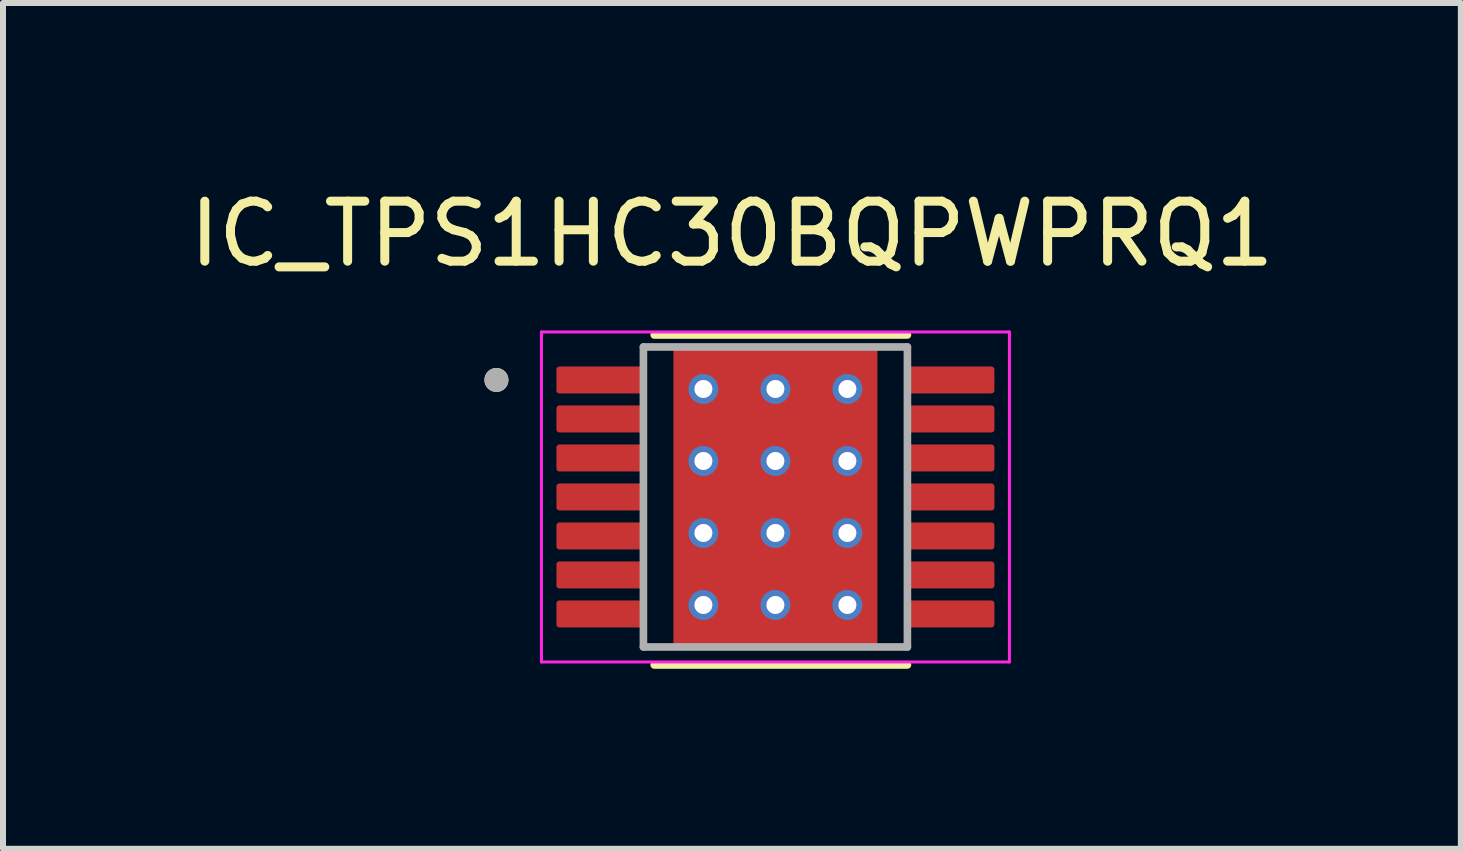
<source format=kicad_pcb>
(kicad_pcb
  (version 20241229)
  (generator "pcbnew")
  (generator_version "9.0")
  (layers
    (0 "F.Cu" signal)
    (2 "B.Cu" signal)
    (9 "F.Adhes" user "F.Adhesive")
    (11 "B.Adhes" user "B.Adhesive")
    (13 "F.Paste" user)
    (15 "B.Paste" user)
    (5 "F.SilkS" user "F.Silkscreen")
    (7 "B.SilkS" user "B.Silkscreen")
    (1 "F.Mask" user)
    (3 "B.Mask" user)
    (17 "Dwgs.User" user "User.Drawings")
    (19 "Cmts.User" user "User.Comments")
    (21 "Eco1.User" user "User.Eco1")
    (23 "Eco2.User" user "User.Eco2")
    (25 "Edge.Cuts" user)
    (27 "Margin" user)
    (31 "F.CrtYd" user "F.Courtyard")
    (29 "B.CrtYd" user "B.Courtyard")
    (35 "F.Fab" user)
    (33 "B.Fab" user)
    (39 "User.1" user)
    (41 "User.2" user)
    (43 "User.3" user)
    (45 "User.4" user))
  (footprint "IC_TPS1HC30BQPWPRQ1"
    (layer "F.Cu")
    (at 9.874 5.233)
    (property "Reference" "IC_TPS1HC30BQPWPRQ1" (at -0.725 -4.385 0) (layer "F.SilkS") (effects (font (size 1 1) (thickness 0.15))))
    (attr smd)
    (fp_poly (pts (xy -3.7 -1.775) (xy -3.7 -2.125) (xy -3.7 -2.13) (xy -3.699 -2.135) (xy -3.699 -2.141) (xy -3.698 -2.146) (xy -3.697 -2.151) (xy -3.695 -2.156) (xy -3.693 -2.161) (xy -3.691 -2.166) (xy -3.689 -2.17) (xy -3.687 -2.175) (xy -3.684 -2.179) (xy -3.681 -2.184) (xy -3.678 -2.188) (xy -3.674 -2.192) (xy -3.671 -2.196) (xy -3.667 -2.199) (xy -3.663 -2.203) (xy -3.659 -2.206) (xy -3.654 -2.209) (xy -3.65 -2.212) (xy -3.645 -2.214) (xy -3.641 -2.216) (xy -3.636 -2.218) (xy -3.631 -2.22) (xy -3.626 -2.222) (xy -3.621 -2.223) (xy -3.616 -2.224) (xy -3.61 -2.224) (xy -3.605 -2.225) (xy -3.6 -2.225) (xy -2.2 -2.225) (xy -2.195 -2.225) (xy -2.19 -2.224) (xy -2.184 -2.224) (xy -2.179 -2.223) (xy -2.174 -2.222) (xy -2.169 -2.22) (xy -2.164 -2.218) (xy -2.159 -2.216) (xy -2.155 -2.214) (xy -2.15 -2.212) (xy -2.146 -2.209) (xy -2.141 -2.206) (xy -2.137 -2.203) (xy -2.133 -2.199) (xy -2.129 -2.196) (xy -2.126 -2.192) (xy -2.122 -2.188) (xy -2.119 -2.184) (xy -2.116 -2.179) (xy -2.113 -2.175) (xy -2.111 -2.17) (xy -2.109 -2.166) (xy -2.107 -2.161) (xy -2.105 -2.156) (xy -2.103 -2.151) (xy -2.102 -2.146) (xy -2.101 -2.141) (xy -2.101 -2.135) (xy -2.1 -2.13) (xy -2.1 -2.125) (xy -2.1 -1.775) (xy -2.1 -1.77) (xy -2.101 -1.765) (xy -2.101 -1.759) (xy -2.102 -1.754) (xy -2.103 -1.749) (xy -2.105 -1.744) (xy -2.107 -1.739) (xy -2.109 -1.734) (xy -2.111 -1.73) (xy -2.113 -1.725) (xy -2.116 -1.721) (xy -2.119 -1.716) (xy -2.122 -1.712) (xy -2.126 -1.708) (xy -2.129 -1.704) (xy -2.133 -1.701) (xy -2.137 -1.697) (xy -2.141 -1.694) (xy -2.146 -1.691) (xy -2.15 -1.688) (xy -2.155 -1.686) (xy -2.159 -1.684) (xy -2.164 -1.682) (xy -2.169 -1.68) (xy -2.174 -1.678) (xy -2.179 -1.677) (xy -2.184 -1.676) (xy -2.19 -1.676) (xy -2.195 -1.675) (xy -2.2 -1.675) (xy -3.6 -1.675) (xy -3.605 -1.675) (xy -3.61 -1.676) (xy -3.616 -1.676) (xy -3.621 -1.677) (xy -3.626 -1.678) (xy -3.631 -1.68) (xy -3.636 -1.682) (xy -3.641 -1.684) (xy -3.645 -1.686) (xy -3.65 -1.688) (xy -3.654 -1.691) (xy -3.659 -1.694) (xy -3.663 -1.697) (xy -3.667 -1.701) (xy -3.671 -1.704) (xy -3.674 -1.708) (xy -3.678 -1.712) (xy -3.681 -1.716) (xy -3.684 -1.721) (xy -3.687 -1.725) (xy -3.689 -1.73) (xy -3.691 -1.734) (xy -3.693 -1.739) (xy -3.695 -1.744) (xy -3.697 -1.749) (xy -3.698 -1.754) (xy -3.699 -1.759) (xy -3.699 -1.765) (xy -3.7 -1.77) (xy -3.7 -1.775)) (stroke (width 0.01) (type solid)) (fill yes) (layer "F.Mask"))
    (fp_poly (pts (xy -3.7 -1.125) (xy -3.7 -1.475) (xy -3.7 -1.48) (xy -3.699 -1.485) (xy -3.699 -1.491) (xy -3.698 -1.496) (xy -3.697 -1.501) (xy -3.695 -1.506) (xy -3.693 -1.511) (xy -3.691 -1.516) (xy -3.689 -1.52) (xy -3.687 -1.525) (xy -3.684 -1.529) (xy -3.681 -1.534) (xy -3.678 -1.538) (xy -3.674 -1.542) (xy -3.671 -1.546) (xy -3.667 -1.549) (xy -3.663 -1.553) (xy -3.659 -1.556) (xy -3.654 -1.559) (xy -3.65 -1.562) (xy -3.645 -1.564) (xy -3.641 -1.566) (xy -3.636 -1.568) (xy -3.631 -1.57) (xy -3.626 -1.572) (xy -3.621 -1.573) (xy -3.616 -1.574) (xy -3.61 -1.574) (xy -3.605 -1.575) (xy -3.6 -1.575) (xy -2.2 -1.575) (xy -2.195 -1.575) (xy -2.19 -1.574) (xy -2.184 -1.574) (xy -2.179 -1.573) (xy -2.174 -1.572) (xy -2.169 -1.57) (xy -2.164 -1.568) (xy -2.159 -1.566) (xy -2.155 -1.564) (xy -2.15 -1.562) (xy -2.146 -1.559) (xy -2.141 -1.556) (xy -2.137 -1.553) (xy -2.133 -1.549) (xy -2.129 -1.546) (xy -2.126 -1.542) (xy -2.122 -1.538) (xy -2.119 -1.534) (xy -2.116 -1.529) (xy -2.113 -1.525) (xy -2.111 -1.52) (xy -2.109 -1.516) (xy -2.107 -1.511) (xy -2.105 -1.506) (xy -2.103 -1.501) (xy -2.102 -1.496) (xy -2.101 -1.491) (xy -2.101 -1.485) (xy -2.1 -1.48) (xy -2.1 -1.475) (xy -2.1 -1.125) (xy -2.1 -1.12) (xy -2.101 -1.115) (xy -2.101 -1.109) (xy -2.102 -1.104) (xy -2.103 -1.099) (xy -2.105 -1.094) (xy -2.107 -1.089) (xy -2.109 -1.084) (xy -2.111 -1.08) (xy -2.113 -1.075) (xy -2.116 -1.071) (xy -2.119 -1.066) (xy -2.122 -1.062) (xy -2.126 -1.058) (xy -2.129 -1.054) (xy -2.133 -1.051) (xy -2.137 -1.047) (xy -2.141 -1.044) (xy -2.146 -1.041) (xy -2.15 -1.038) (xy -2.155 -1.036) (xy -2.159 -1.034) (xy -2.164 -1.032) (xy -2.169 -1.03) (xy -2.174 -1.028) (xy -2.179 -1.027) (xy -2.184 -1.026) (xy -2.19 -1.026) (xy -2.195 -1.025) (xy -2.2 -1.025) (xy -3.6 -1.025) (xy -3.605 -1.025) (xy -3.61 -1.026) (xy -3.616 -1.026) (xy -3.621 -1.027) (xy -3.626 -1.028) (xy -3.631 -1.03) (xy -3.636 -1.032) (xy -3.641 -1.034) (xy -3.645 -1.036) (xy -3.65 -1.038) (xy -3.654 -1.041) (xy -3.659 -1.044) (xy -3.663 -1.047) (xy -3.667 -1.051) (xy -3.671 -1.054) (xy -3.674 -1.058) (xy -3.678 -1.062) (xy -3.681 -1.066) (xy -3.684 -1.071) (xy -3.687 -1.075) (xy -3.689 -1.08) (xy -3.691 -1.084) (xy -3.693 -1.089) (xy -3.695 -1.094) (xy -3.697 -1.099) (xy -3.698 -1.104) (xy -3.699 -1.109) (xy -3.699 -1.115) (xy -3.7 -1.12) (xy -3.7 -1.125)) (stroke (width 0.01) (type solid)) (fill yes) (layer "F.Mask"))
    (fp_poly (pts (xy -3.7 -0.475) (xy -3.7 -0.825) (xy -3.7 -0.83) (xy -3.699 -0.835) (xy -3.699 -0.841) (xy -3.698 -0.846) (xy -3.697 -0.851) (xy -3.695 -0.856) (xy -3.693 -0.861) (xy -3.691 -0.866) (xy -3.689 -0.87) (xy -3.687 -0.875) (xy -3.684 -0.879) (xy -3.681 -0.884) (xy -3.678 -0.888) (xy -3.674 -0.892) (xy -3.671 -0.896) (xy -3.667 -0.899) (xy -3.663 -0.903) (xy -3.659 -0.906) (xy -3.654 -0.909) (xy -3.65 -0.912) (xy -3.645 -0.914) (xy -3.641 -0.916) (xy -3.636 -0.918) (xy -3.631 -0.92) (xy -3.626 -0.922) (xy -3.621 -0.923) (xy -3.616 -0.924) (xy -3.61 -0.924) (xy -3.605 -0.925) (xy -3.6 -0.925) (xy -2.2 -0.925) (xy -2.195 -0.925) (xy -2.19 -0.924) (xy -2.184 -0.924) (xy -2.179 -0.923) (xy -2.174 -0.922) (xy -2.169 -0.92) (xy -2.164 -0.918) (xy -2.159 -0.916) (xy -2.155 -0.914) (xy -2.15 -0.912) (xy -2.146 -0.909) (xy -2.141 -0.906) (xy -2.137 -0.903) (xy -2.133 -0.899) (xy -2.129 -0.896) (xy -2.126 -0.892) (xy -2.122 -0.888) (xy -2.119 -0.884) (xy -2.116 -0.879) (xy -2.113 -0.875) (xy -2.111 -0.87) (xy -2.109 -0.866) (xy -2.107 -0.861) (xy -2.105 -0.856) (xy -2.103 -0.851) (xy -2.102 -0.846) (xy -2.101 -0.841) (xy -2.101 -0.835) (xy -2.1 -0.83) (xy -2.1 -0.825) (xy -2.1 -0.475) (xy -2.1 -0.47) (xy -2.101 -0.465) (xy -2.101 -0.459) (xy -2.102 -0.454) (xy -2.103 -0.449) (xy -2.105 -0.444) (xy -2.107 -0.439) (xy -2.109 -0.434) (xy -2.111 -0.43) (xy -2.113 -0.425) (xy -2.116 -0.421) (xy -2.119 -0.416) (xy -2.122 -0.412) (xy -2.126 -0.408) (xy -2.129 -0.404) (xy -2.133 -0.401) (xy -2.137 -0.397) (xy -2.141 -0.394) (xy -2.146 -0.391) (xy -2.15 -0.388) (xy -2.155 -0.386) (xy -2.159 -0.384) (xy -2.164 -0.382) (xy -2.169 -0.38) (xy -2.174 -0.378) (xy -2.179 -0.377) (xy -2.184 -0.376) (xy -2.19 -0.376) (xy -2.195 -0.375) (xy -2.2 -0.375) (xy -3.6 -0.375) (xy -3.605 -0.375) (xy -3.61 -0.376) (xy -3.616 -0.376) (xy -3.621 -0.377) (xy -3.626 -0.378) (xy -3.631 -0.38) (xy -3.636 -0.382) (xy -3.641 -0.384) (xy -3.645 -0.386) (xy -3.65 -0.388) (xy -3.654 -0.391) (xy -3.659 -0.394) (xy -3.663 -0.397) (xy -3.667 -0.401) (xy -3.671 -0.404) (xy -3.674 -0.408) (xy -3.678 -0.412) (xy -3.681 -0.416) (xy -3.684 -0.421) (xy -3.687 -0.425) (xy -3.689 -0.43) (xy -3.691 -0.434) (xy -3.693 -0.439) (xy -3.695 -0.444) (xy -3.697 -0.449) (xy -3.698 -0.454) (xy -3.699 -0.459) (xy -3.699 -0.465) (xy -3.7 -0.47) (xy -3.7 -0.475)) (stroke (width 0.01) (type solid)) (fill yes) (layer "F.Mask"))
    (fp_poly (pts (xy -3.7 0.175) (xy -3.7 -0.175) (xy -3.7 -0.18) (xy -3.699 -0.185) (xy -3.699 -0.191) (xy -3.698 -0.196) (xy -3.697 -0.201) (xy -3.695 -0.206) (xy -3.693 -0.211) (xy -3.691 -0.216) (xy -3.689 -0.22) (xy -3.687 -0.225) (xy -3.684 -0.229) (xy -3.681 -0.234) (xy -3.678 -0.238) (xy -3.674 -0.242) (xy -3.671 -0.246) (xy -3.667 -0.249) (xy -3.663 -0.253) (xy -3.659 -0.256) (xy -3.654 -0.259) (xy -3.65 -0.262) (xy -3.645 -0.264) (xy -3.641 -0.266) (xy -3.636 -0.268) (xy -3.631 -0.27) (xy -3.626 -0.272) (xy -3.621 -0.273) (xy -3.616 -0.274) (xy -3.61 -0.274) (xy -3.605 -0.275) (xy -3.6 -0.275) (xy -2.2 -0.275) (xy -2.195 -0.275) (xy -2.19 -0.274) (xy -2.184 -0.274) (xy -2.179 -0.273) (xy -2.174 -0.272) (xy -2.169 -0.27) (xy -2.164 -0.268) (xy -2.159 -0.266) (xy -2.155 -0.264) (xy -2.15 -0.262) (xy -2.146 -0.259) (xy -2.141 -0.256) (xy -2.137 -0.253) (xy -2.133 -0.249) (xy -2.129 -0.246) (xy -2.126 -0.242) (xy -2.122 -0.238) (xy -2.119 -0.234) (xy -2.116 -0.229) (xy -2.113 -0.225) (xy -2.111 -0.22) (xy -2.109 -0.216) (xy -2.107 -0.211) (xy -2.105 -0.206) (xy -2.103 -0.201) (xy -2.102 -0.196) (xy -2.101 -0.191) (xy -2.101 -0.185) (xy -2.1 -0.18) (xy -2.1 -0.175) (xy -2.1 0.175) (xy -2.1 0.18) (xy -2.101 0.185) (xy -2.101 0.191) (xy -2.102 0.196) (xy -2.103 0.201) (xy -2.105 0.206) (xy -2.107 0.211) (xy -2.109 0.216) (xy -2.111 0.22) (xy -2.113 0.225) (xy -2.116 0.229) (xy -2.119 0.234) (xy -2.122 0.238) (xy -2.126 0.242) (xy -2.129 0.246) (xy -2.133 0.249) (xy -2.137 0.253) (xy -2.141 0.256) (xy -2.146 0.259) (xy -2.15 0.262) (xy -2.155 0.264) (xy -2.159 0.266) (xy -2.164 0.268) (xy -2.169 0.27) (xy -2.174 0.272) (xy -2.179 0.273) (xy -2.184 0.274) (xy -2.19 0.274) (xy -2.195 0.275) (xy -2.2 0.275) (xy -3.6 0.275) (xy -3.605 0.275) (xy -3.61 0.274) (xy -3.616 0.274) (xy -3.621 0.273) (xy -3.626 0.272) (xy -3.631 0.27) (xy -3.636 0.268) (xy -3.641 0.266) (xy -3.645 0.264) (xy -3.65 0.262) (xy -3.654 0.259) (xy -3.659 0.256) (xy -3.663 0.253) (xy -3.667 0.249) (xy -3.671 0.246) (xy -3.674 0.242) (xy -3.678 0.238) (xy -3.681 0.234) (xy -3.684 0.229) (xy -3.687 0.225) (xy -3.689 0.22) (xy -3.691 0.216) (xy -3.693 0.211) (xy -3.695 0.206) (xy -3.697 0.201) (xy -3.698 0.196) (xy -3.699 0.191) (xy -3.699 0.185) (xy -3.7 0.18) (xy -3.7 0.175)) (stroke (width 0.01) (type solid)) (fill yes) (layer "F.Mask"))
    (fp_poly (pts (xy -3.7 0.825) (xy -3.7 0.475) (xy -3.7 0.47) (xy -3.699 0.465) (xy -3.699 0.459) (xy -3.698 0.454) (xy -3.697 0.449) (xy -3.695 0.444) (xy -3.693 0.439) (xy -3.691 0.434) (xy -3.689 0.43) (xy -3.687 0.425) (xy -3.684 0.421) (xy -3.681 0.416) (xy -3.678 0.412) (xy -3.674 0.408) (xy -3.671 0.404) (xy -3.667 0.401) (xy -3.663 0.397) (xy -3.659 0.394) (xy -3.654 0.391) (xy -3.65 0.388) (xy -3.645 0.386) (xy -3.641 0.384) (xy -3.636 0.382) (xy -3.631 0.38) (xy -3.626 0.378) (xy -3.621 0.377) (xy -3.616 0.376) (xy -3.61 0.376) (xy -3.605 0.375) (xy -3.6 0.375) (xy -2.2 0.375) (xy -2.195 0.375) (xy -2.19 0.376) (xy -2.184 0.376) (xy -2.179 0.377) (xy -2.174 0.378) (xy -2.169 0.38) (xy -2.164 0.382) (xy -2.159 0.384) (xy -2.155 0.386) (xy -2.15 0.388) (xy -2.146 0.391) (xy -2.141 0.394) (xy -2.137 0.397) (xy -2.133 0.401) (xy -2.129 0.404) (xy -2.126 0.408) (xy -2.122 0.412) (xy -2.119 0.416) (xy -2.116 0.421) (xy -2.113 0.425) (xy -2.111 0.43) (xy -2.109 0.434) (xy -2.107 0.439) (xy -2.105 0.444) (xy -2.103 0.449) (xy -2.102 0.454) (xy -2.101 0.459) (xy -2.101 0.465) (xy -2.1 0.47) (xy -2.1 0.475) (xy -2.1 0.825) (xy -2.1 0.83) (xy -2.101 0.835) (xy -2.101 0.841) (xy -2.102 0.846) (xy -2.103 0.851) (xy -2.105 0.856) (xy -2.107 0.861) (xy -2.109 0.866) (xy -2.111 0.87) (xy -2.113 0.875) (xy -2.116 0.879) (xy -2.119 0.884) (xy -2.122 0.888) (xy -2.126 0.892) (xy -2.129 0.896) (xy -2.133 0.899) (xy -2.137 0.903) (xy -2.141 0.906) (xy -2.146 0.909) (xy -2.15 0.912) (xy -2.155 0.914) (xy -2.159 0.916) (xy -2.164 0.918) (xy -2.169 0.92) (xy -2.174 0.922) (xy -2.179 0.923) (xy -2.184 0.924) (xy -2.19 0.924) (xy -2.195 0.925) (xy -2.2 0.925) (xy -3.6 0.925) (xy -3.605 0.925) (xy -3.61 0.924) (xy -3.616 0.924) (xy -3.621 0.923) (xy -3.626 0.922) (xy -3.631 0.92) (xy -3.636 0.918) (xy -3.641 0.916) (xy -3.645 0.914) (xy -3.65 0.912) (xy -3.654 0.909) (xy -3.659 0.906) (xy -3.663 0.903) (xy -3.667 0.899) (xy -3.671 0.896) (xy -3.674 0.892) (xy -3.678 0.888) (xy -3.681 0.884) (xy -3.684 0.879) (xy -3.687 0.875) (xy -3.689 0.87) (xy -3.691 0.866) (xy -3.693 0.861) (xy -3.695 0.856) (xy -3.697 0.851) (xy -3.698 0.846) (xy -3.699 0.841) (xy -3.699 0.835) (xy -3.7 0.83) (xy -3.7 0.825)) (stroke (width 0.01) (type solid)) (fill yes) (layer "F.Mask"))
    (fp_poly (pts (xy -3.7 1.475) (xy -3.7 1.125) (xy -3.7 1.12) (xy -3.699 1.115) (xy -3.699 1.109) (xy -3.698 1.104) (xy -3.697 1.099) (xy -3.695 1.094) (xy -3.693 1.089) (xy -3.691 1.084) (xy -3.689 1.08) (xy -3.687 1.075) (xy -3.684 1.071) (xy -3.681 1.066) (xy -3.678 1.062) (xy -3.674 1.058) (xy -3.671 1.054) (xy -3.667 1.051) (xy -3.663 1.047) (xy -3.659 1.044) (xy -3.654 1.041) (xy -3.65 1.038) (xy -3.645 1.036) (xy -3.641 1.034) (xy -3.636 1.032) (xy -3.631 1.03) (xy -3.626 1.028) (xy -3.621 1.027) (xy -3.616 1.026) (xy -3.61 1.026) (xy -3.605 1.025) (xy -3.6 1.025) (xy -2.2 1.025) (xy -2.195 1.025) (xy -2.19 1.026) (xy -2.184 1.026) (xy -2.179 1.027) (xy -2.174 1.028) (xy -2.169 1.03) (xy -2.164 1.032) (xy -2.159 1.034) (xy -2.155 1.036) (xy -2.15 1.038) (xy -2.146 1.041) (xy -2.141 1.044) (xy -2.137 1.047) (xy -2.133 1.051) (xy -2.129 1.054) (xy -2.126 1.058) (xy -2.122 1.062) (xy -2.119 1.066) (xy -2.116 1.071) (xy -2.113 1.075) (xy -2.111 1.08) (xy -2.109 1.084) (xy -2.107 1.089) (xy -2.105 1.094) (xy -2.103 1.099) (xy -2.102 1.104) (xy -2.101 1.109) (xy -2.101 1.115) (xy -2.1 1.12) (xy -2.1 1.125) (xy -2.1 1.475) (xy -2.1 1.48) (xy -2.101 1.485) (xy -2.101 1.491) (xy -2.102 1.496) (xy -2.103 1.501) (xy -2.105 1.506) (xy -2.107 1.511) (xy -2.109 1.516) (xy -2.111 1.52) (xy -2.113 1.525) (xy -2.116 1.529) (xy -2.119 1.534) (xy -2.122 1.538) (xy -2.126 1.542) (xy -2.129 1.546) (xy -2.133 1.549) (xy -2.137 1.553) (xy -2.141 1.556) (xy -2.146 1.559) (xy -2.15 1.562) (xy -2.155 1.564) (xy -2.159 1.566) (xy -2.164 1.568) (xy -2.169 1.57) (xy -2.174 1.572) (xy -2.179 1.573) (xy -2.184 1.574) (xy -2.19 1.574) (xy -2.195 1.575) (xy -2.2 1.575) (xy -3.6 1.575) (xy -3.605 1.575) (xy -3.61 1.574) (xy -3.616 1.574) (xy -3.621 1.573) (xy -3.626 1.572) (xy -3.631 1.57) (xy -3.636 1.568) (xy -3.641 1.566) (xy -3.645 1.564) (xy -3.65 1.562) (xy -3.654 1.559) (xy -3.659 1.556) (xy -3.663 1.553) (xy -3.667 1.549) (xy -3.671 1.546) (xy -3.674 1.542) (xy -3.678 1.538) (xy -3.681 1.534) (xy -3.684 1.529) (xy -3.687 1.525) (xy -3.689 1.52) (xy -3.691 1.516) (xy -3.693 1.511) (xy -3.695 1.506) (xy -3.697 1.501) (xy -3.698 1.496) (xy -3.699 1.491) (xy -3.699 1.485) (xy -3.7 1.48) (xy -3.7 1.475)) (stroke (width 0.01) (type solid)) (fill yes) (layer "F.Mask"))
    (fp_poly (pts (xy -3.7 2.125) (xy -3.7 1.775) (xy -3.7 1.77) (xy -3.699 1.765) (xy -3.699 1.759) (xy -3.698 1.754) (xy -3.697 1.749) (xy -3.695 1.744) (xy -3.693 1.739) (xy -3.691 1.734) (xy -3.689 1.73) (xy -3.687 1.725) (xy -3.684 1.721) (xy -3.681 1.716) (xy -3.678 1.712) (xy -3.674 1.708) (xy -3.671 1.704) (xy -3.667 1.701) (xy -3.663 1.697) (xy -3.659 1.694) (xy -3.654 1.691) (xy -3.65 1.688) (xy -3.645 1.686) (xy -3.641 1.684) (xy -3.636 1.682) (xy -3.631 1.68) (xy -3.626 1.678) (xy -3.621 1.677) (xy -3.616 1.676) (xy -3.61 1.676) (xy -3.605 1.675) (xy -3.6 1.675) (xy -2.2 1.675) (xy -2.195 1.675) (xy -2.19 1.676) (xy -2.184 1.676) (xy -2.179 1.677) (xy -2.174 1.678) (xy -2.169 1.68) (xy -2.164 1.682) (xy -2.159 1.684) (xy -2.155 1.686) (xy -2.15 1.688) (xy -2.146 1.691) (xy -2.141 1.694) (xy -2.137 1.697) (xy -2.133 1.701) (xy -2.129 1.704) (xy -2.126 1.708) (xy -2.122 1.712) (xy -2.119 1.716) (xy -2.116 1.721) (xy -2.113 1.725) (xy -2.111 1.73) (xy -2.109 1.734) (xy -2.107 1.739) (xy -2.105 1.744) (xy -2.103 1.749) (xy -2.102 1.754) (xy -2.101 1.759) (xy -2.101 1.765) (xy -2.1 1.77) (xy -2.1 1.775) (xy -2.1 2.125) (xy -2.1 2.13) (xy -2.101 2.135) (xy -2.101 2.141) (xy -2.102 2.146) (xy -2.103 2.151) (xy -2.105 2.156) (xy -2.107 2.161) (xy -2.109 2.166) (xy -2.111 2.17) (xy -2.113 2.175) (xy -2.116 2.179) (xy -2.119 2.184) (xy -2.122 2.188) (xy -2.126 2.192) (xy -2.129 2.196) (xy -2.133 2.199) (xy -2.137 2.203) (xy -2.141 2.206) (xy -2.146 2.209) (xy -2.15 2.212) (xy -2.155 2.214) (xy -2.159 2.216) (xy -2.164 2.218) (xy -2.169 2.22) (xy -2.174 2.222) (xy -2.179 2.223) (xy -2.184 2.224) (xy -2.19 2.224) (xy -2.195 2.225) (xy -2.2 2.225) (xy -3.6 2.225) (xy -3.605 2.225) (xy -3.61 2.224) (xy -3.616 2.224) (xy -3.621 2.223) (xy -3.626 2.222) (xy -3.631 2.22) (xy -3.636 2.218) (xy -3.641 2.216) (xy -3.645 2.214) (xy -3.65 2.212) (xy -3.654 2.209) (xy -3.659 2.206) (xy -3.663 2.203) (xy -3.667 2.199) (xy -3.671 2.196) (xy -3.674 2.192) (xy -3.678 2.188) (xy -3.681 2.184) (xy -3.684 2.179) (xy -3.687 2.175) (xy -3.689 2.17) (xy -3.691 2.166) (xy -3.693 2.161) (xy -3.695 2.156) (xy -3.697 2.151) (xy -3.698 2.146) (xy -3.699 2.141) (xy -3.699 2.135) (xy -3.7 2.13) (xy -3.7 2.125)) (stroke (width 0.01) (type solid)) (fill yes) (layer "F.Mask"))
    (fp_poly (pts (xy -1.3 1.245) (xy -1.3 -1.245) (xy -1.3 -1.248) (xy -1.3 -1.25) (xy -1.299 -1.253) (xy -1.299 -1.255) (xy -1.298 -1.258) (xy -1.298 -1.26) (xy -1.297 -1.263) (xy -1.296 -1.265) (xy -1.295 -1.268) (xy -1.293 -1.27) (xy -1.292 -1.272) (xy -1.29 -1.274) (xy -1.289 -1.276) (xy -1.287 -1.278) (xy -1.285 -1.28) (xy -1.283 -1.282) (xy -1.281 -1.284) (xy -1.279 -1.285) (xy -1.277 -1.287) (xy -1.275 -1.288) (xy -1.273 -1.29) (xy -1.27 -1.291) (xy -1.268 -1.292) (xy -1.265 -1.293) (xy -1.263 -1.293) (xy -1.26 -1.294) (xy -1.258 -1.294) (xy -1.255 -1.295) (xy -1.253 -1.295) (xy -1.25 -1.295) (xy 1.25 -1.295) (xy 1.253 -1.295) (xy 1.255 -1.295) (xy 1.258 -1.294) (xy 1.26 -1.294) (xy 1.263 -1.293) (xy 1.265 -1.293) (xy 1.268 -1.292) (xy 1.27 -1.291) (xy 1.273 -1.29) (xy 1.275 -1.288) (xy 1.277 -1.287) (xy 1.279 -1.285) (xy 1.281 -1.284) (xy 1.283 -1.282) (xy 1.285 -1.28) (xy 1.287 -1.278) (xy 1.289 -1.276) (xy 1.29 -1.274) (xy 1.292 -1.272) (xy 1.293 -1.27) (xy 1.295 -1.268) (xy 1.296 -1.265) (xy 1.297 -1.263) (xy 1.298 -1.26) (xy 1.298 -1.258) (xy 1.299 -1.255) (xy 1.299 -1.253) (xy 1.3 -1.25) (xy 1.3 -1.248) (xy 1.3 -1.245) (xy 1.3 1.245) (xy 1.3 1.248) (xy 1.3 1.25) (xy 1.299 1.253) (xy 1.299 1.255) (xy 1.298 1.258) (xy 1.298 1.26) (xy 1.297 1.263) (xy 1.296 1.265) (xy 1.295 1.268) (xy 1.293 1.27) (xy 1.292 1.272) (xy 1.29 1.274) (xy 1.289 1.276) (xy 1.287 1.278) (xy 1.285 1.28) (xy 1.283 1.282) (xy 1.281 1.284) (xy 1.279 1.285) (xy 1.277 1.287) (xy 1.275 1.288) (xy 1.273 1.29) (xy 1.27 1.291) (xy 1.268 1.292) (xy 1.265 1.293) (xy 1.263 1.293) (xy 1.26 1.294) (xy 1.258 1.294) (xy 1.255 1.295) (xy 1.253 1.295) (xy 1.25 1.295) (xy -1.25 1.295) (xy -1.253 1.295) (xy -1.255 1.295) (xy -1.258 1.294) (xy -1.26 1.294) (xy -1.263 1.293) (xy -1.265 1.293) (xy -1.268 1.292) (xy -1.27 1.291) (xy -1.273 1.29) (xy -1.275 1.288) (xy -1.277 1.287) (xy -1.279 1.285) (xy -1.281 1.284) (xy -1.283 1.282) (xy -1.285 1.28) (xy -1.287 1.278) (xy -1.289 1.276) (xy -1.29 1.274) (xy -1.292 1.272) (xy -1.293 1.27) (xy -1.295 1.268) (xy -1.296 1.265) (xy -1.297 1.263) (xy -1.298 1.26) (xy -1.298 1.258) (xy -1.299 1.255) (xy -1.299 1.253) (xy -1.3 1.25) (xy -1.3 1.248) (xy -1.3 1.245)) (stroke (width 0.01) (type solid)) (fill yes) (layer "F.Mask"))
    (fp_poly (pts (xy 2.1 -1.775) (xy 2.1 -2.125) (xy 2.1 -2.13) (xy 2.101 -2.135) (xy 2.101 -2.141) (xy 2.102 -2.146) (xy 2.103 -2.151) (xy 2.105 -2.156) (xy 2.107 -2.161) (xy 2.109 -2.166) (xy 2.111 -2.17) (xy 2.113 -2.175) (xy 2.116 -2.179) (xy 2.119 -2.184) (xy 2.122 -2.188) (xy 2.126 -2.192) (xy 2.129 -2.196) (xy 2.133 -2.199) (xy 2.137 -2.203) (xy 2.141 -2.206) (xy 2.146 -2.209) (xy 2.15 -2.212) (xy 2.155 -2.214) (xy 2.159 -2.216) (xy 2.164 -2.218) (xy 2.169 -2.22) (xy 2.174 -2.222) (xy 2.179 -2.223) (xy 2.184 -2.224) (xy 2.19 -2.224) (xy 2.195 -2.225) (xy 2.2 -2.225) (xy 3.6 -2.225) (xy 3.605 -2.225) (xy 3.61 -2.224) (xy 3.616 -2.224) (xy 3.621 -2.223) (xy 3.626 -2.222) (xy 3.631 -2.22) (xy 3.636 -2.218) (xy 3.641 -2.216) (xy 3.645 -2.214) (xy 3.65 -2.212) (xy 3.654 -2.209) (xy 3.659 -2.206) (xy 3.663 -2.203) (xy 3.667 -2.199) (xy 3.671 -2.196) (xy 3.674 -2.192) (xy 3.678 -2.188) (xy 3.681 -2.184) (xy 3.684 -2.179) (xy 3.687 -2.175) (xy 3.689 -2.17) (xy 3.691 -2.166) (xy 3.693 -2.161) (xy 3.695 -2.156) (xy 3.697 -2.151) (xy 3.698 -2.146) (xy 3.699 -2.141) (xy 3.699 -2.135) (xy 3.7 -2.13) (xy 3.7 -2.125) (xy 3.7 -1.775) (xy 3.7 -1.77) (xy 3.699 -1.765) (xy 3.699 -1.759) (xy 3.698 -1.754) (xy 3.697 -1.749) (xy 3.695 -1.744) (xy 3.693 -1.739) (xy 3.691 -1.734) (xy 3.689 -1.73) (xy 3.687 -1.725) (xy 3.684 -1.721) (xy 3.681 -1.716) (xy 3.678 -1.712) (xy 3.674 -1.708) (xy 3.671 -1.704) (xy 3.667 -1.701) (xy 3.663 -1.697) (xy 3.659 -1.694) (xy 3.654 -1.691) (xy 3.65 -1.688) (xy 3.645 -1.686) (xy 3.641 -1.684) (xy 3.636 -1.682) (xy 3.631 -1.68) (xy 3.626 -1.678) (xy 3.621 -1.677) (xy 3.616 -1.676) (xy 3.61 -1.676) (xy 3.605 -1.675) (xy 3.6 -1.675) (xy 2.2 -1.675) (xy 2.195 -1.675) (xy 2.19 -1.676) (xy 2.184 -1.676) (xy 2.179 -1.677) (xy 2.174 -1.678) (xy 2.169 -1.68) (xy 2.164 -1.682) (xy 2.159 -1.684) (xy 2.155 -1.686) (xy 2.15 -1.688) (xy 2.146 -1.691) (xy 2.141 -1.694) (xy 2.137 -1.697) (xy 2.133 -1.701) (xy 2.129 -1.704) (xy 2.126 -1.708) (xy 2.122 -1.712) (xy 2.119 -1.716) (xy 2.116 -1.721) (xy 2.113 -1.725) (xy 2.111 -1.73) (xy 2.109 -1.734) (xy 2.107 -1.739) (xy 2.105 -1.744) (xy 2.103 -1.749) (xy 2.102 -1.754) (xy 2.101 -1.759) (xy 2.101 -1.765) (xy 2.1 -1.77) (xy 2.1 -1.775)) (stroke (width 0.01) (type solid)) (fill yes) (layer "F.Mask"))
    (fp_poly (pts (xy 2.1 -1.125) (xy 2.1 -1.475) (xy 2.1 -1.48) (xy 2.101 -1.485) (xy 2.101 -1.491) (xy 2.102 -1.496) (xy 2.103 -1.501) (xy 2.105 -1.506) (xy 2.107 -1.511) (xy 2.109 -1.516) (xy 2.111 -1.52) (xy 2.113 -1.525) (xy 2.116 -1.529) (xy 2.119 -1.534) (xy 2.122 -1.538) (xy 2.126 -1.542) (xy 2.129 -1.546) (xy 2.133 -1.549) (xy 2.137 -1.553) (xy 2.141 -1.556) (xy 2.146 -1.559) (xy 2.15 -1.562) (xy 2.155 -1.564) (xy 2.159 -1.566) (xy 2.164 -1.568) (xy 2.169 -1.57) (xy 2.174 -1.572) (xy 2.179 -1.573) (xy 2.184 -1.574) (xy 2.19 -1.574) (xy 2.195 -1.575) (xy 2.2 -1.575) (xy 3.6 -1.575) (xy 3.605 -1.575) (xy 3.61 -1.574) (xy 3.616 -1.574) (xy 3.621 -1.573) (xy 3.626 -1.572) (xy 3.631 -1.57) (xy 3.636 -1.568) (xy 3.641 -1.566) (xy 3.645 -1.564) (xy 3.65 -1.562) (xy 3.654 -1.559) (xy 3.659 -1.556) (xy 3.663 -1.553) (xy 3.667 -1.549) (xy 3.671 -1.546) (xy 3.674 -1.542) (xy 3.678 -1.538) (xy 3.681 -1.534) (xy 3.684 -1.529) (xy 3.687 -1.525) (xy 3.689 -1.52) (xy 3.691 -1.516) (xy 3.693 -1.511) (xy 3.695 -1.506) (xy 3.697 -1.501) (xy 3.698 -1.496) (xy 3.699 -1.491) (xy 3.699 -1.485) (xy 3.7 -1.48) (xy 3.7 -1.475) (xy 3.7 -1.125) (xy 3.7 -1.12) (xy 3.699 -1.115) (xy 3.699 -1.109) (xy 3.698 -1.104) (xy 3.697 -1.099) (xy 3.695 -1.094) (xy 3.693 -1.089) (xy 3.691 -1.084) (xy 3.689 -1.08) (xy 3.687 -1.075) (xy 3.684 -1.071) (xy 3.681 -1.066) (xy 3.678 -1.062) (xy 3.674 -1.058) (xy 3.671 -1.054) (xy 3.667 -1.051) (xy 3.663 -1.047) (xy 3.659 -1.044) (xy 3.654 -1.041) (xy 3.65 -1.038) (xy 3.645 -1.036) (xy 3.641 -1.034) (xy 3.636 -1.032) (xy 3.631 -1.03) (xy 3.626 -1.028) (xy 3.621 -1.027) (xy 3.616 -1.026) (xy 3.61 -1.026) (xy 3.605 -1.025) (xy 3.6 -1.025) (xy 2.2 -1.025) (xy 2.195 -1.025) (xy 2.19 -1.026) (xy 2.184 -1.026) (xy 2.179 -1.027) (xy 2.174 -1.028) (xy 2.169 -1.03) (xy 2.164 -1.032) (xy 2.159 -1.034) (xy 2.155 -1.036) (xy 2.15 -1.038) (xy 2.146 -1.041) (xy 2.141 -1.044) (xy 2.137 -1.047) (xy 2.133 -1.051) (xy 2.129 -1.054) (xy 2.126 -1.058) (xy 2.122 -1.062) (xy 2.119 -1.066) (xy 2.116 -1.071) (xy 2.113 -1.075) (xy 2.111 -1.08) (xy 2.109 -1.084) (xy 2.107 -1.089) (xy 2.105 -1.094) (xy 2.103 -1.099) (xy 2.102 -1.104) (xy 2.101 -1.109) (xy 2.101 -1.115) (xy 2.1 -1.12) (xy 2.1 -1.125)) (stroke (width 0.01) (type solid)) (fill yes) (layer "F.Mask"))
    (fp_poly (pts (xy 2.1 -0.475) (xy 2.1 -0.825) (xy 2.1 -0.83) (xy 2.101 -0.835) (xy 2.101 -0.841) (xy 2.102 -0.846) (xy 2.103 -0.851) (xy 2.105 -0.856) (xy 2.107 -0.861) (xy 2.109 -0.866) (xy 2.111 -0.87) (xy 2.113 -0.875) (xy 2.116 -0.879) (xy 2.119 -0.884) (xy 2.122 -0.888) (xy 2.126 -0.892) (xy 2.129 -0.896) (xy 2.133 -0.899) (xy 2.137 -0.903) (xy 2.141 -0.906) (xy 2.146 -0.909) (xy 2.15 -0.912) (xy 2.155 -0.914) (xy 2.159 -0.916) (xy 2.164 -0.918) (xy 2.169 -0.92) (xy 2.174 -0.922) (xy 2.179 -0.923) (xy 2.184 -0.924) (xy 2.19 -0.924) (xy 2.195 -0.925) (xy 2.2 -0.925) (xy 3.6 -0.925) (xy 3.605 -0.925) (xy 3.61 -0.924) (xy 3.616 -0.924) (xy 3.621 -0.923) (xy 3.626 -0.922) (xy 3.631 -0.92) (xy 3.636 -0.918) (xy 3.641 -0.916) (xy 3.645 -0.914) (xy 3.65 -0.912) (xy 3.654 -0.909) (xy 3.659 -0.906) (xy 3.663 -0.903) (xy 3.667 -0.899) (xy 3.671 -0.896) (xy 3.674 -0.892) (xy 3.678 -0.888) (xy 3.681 -0.884) (xy 3.684 -0.879) (xy 3.687 -0.875) (xy 3.689 -0.87) (xy 3.691 -0.866) (xy 3.693 -0.861) (xy 3.695 -0.856) (xy 3.697 -0.851) (xy 3.698 -0.846) (xy 3.699 -0.841) (xy 3.699 -0.835) (xy 3.7 -0.83) (xy 3.7 -0.825) (xy 3.7 -0.475) (xy 3.7 -0.47) (xy 3.699 -0.465) (xy 3.699 -0.459) (xy 3.698 -0.454) (xy 3.697 -0.449) (xy 3.695 -0.444) (xy 3.693 -0.439) (xy 3.691 -0.434) (xy 3.689 -0.43) (xy 3.687 -0.425) (xy 3.684 -0.421) (xy 3.681 -0.416) (xy 3.678 -0.412) (xy 3.674 -0.408) (xy 3.671 -0.404) (xy 3.667 -0.401) (xy 3.663 -0.397) (xy 3.659 -0.394) (xy 3.654 -0.391) (xy 3.65 -0.388) (xy 3.645 -0.386) (xy 3.641 -0.384) (xy 3.636 -0.382) (xy 3.631 -0.38) (xy 3.626 -0.378) (xy 3.621 -0.377) (xy 3.616 -0.376) (xy 3.61 -0.376) (xy 3.605 -0.375) (xy 3.6 -0.375) (xy 2.2 -0.375) (xy 2.195 -0.375) (xy 2.19 -0.376) (xy 2.184 -0.376) (xy 2.179 -0.377) (xy 2.174 -0.378) (xy 2.169 -0.38) (xy 2.164 -0.382) (xy 2.159 -0.384) (xy 2.155 -0.386) (xy 2.15 -0.388) (xy 2.146 -0.391) (xy 2.141 -0.394) (xy 2.137 -0.397) (xy 2.133 -0.401) (xy 2.129 -0.404) (xy 2.126 -0.408) (xy 2.122 -0.412) (xy 2.119 -0.416) (xy 2.116 -0.421) (xy 2.113 -0.425) (xy 2.111 -0.43) (xy 2.109 -0.434) (xy 2.107 -0.439) (xy 2.105 -0.444) (xy 2.103 -0.449) (xy 2.102 -0.454) (xy 2.101 -0.459) (xy 2.101 -0.465) (xy 2.1 -0.47) (xy 2.1 -0.475)) (stroke (width 0.01) (type solid)) (fill yes) (layer "F.Mask"))
    (fp_poly (pts (xy 2.1 0.175) (xy 2.1 -0.175) (xy 2.1 -0.18) (xy 2.101 -0.185) (xy 2.101 -0.191) (xy 2.102 -0.196) (xy 2.103 -0.201) (xy 2.105 -0.206) (xy 2.107 -0.211) (xy 2.109 -0.216) (xy 2.111 -0.22) (xy 2.113 -0.225) (xy 2.116 -0.229) (xy 2.119 -0.234) (xy 2.122 -0.238) (xy 2.126 -0.242) (xy 2.129 -0.246) (xy 2.133 -0.249) (xy 2.137 -0.253) (xy 2.141 -0.256) (xy 2.146 -0.259) (xy 2.15 -0.262) (xy 2.155 -0.264) (xy 2.159 -0.266) (xy 2.164 -0.268) (xy 2.169 -0.27) (xy 2.174 -0.272) (xy 2.179 -0.273) (xy 2.184 -0.274) (xy 2.19 -0.274) (xy 2.195 -0.275) (xy 2.2 -0.275) (xy 3.6 -0.275) (xy 3.605 -0.275) (xy 3.61 -0.274) (xy 3.616 -0.274) (xy 3.621 -0.273) (xy 3.626 -0.272) (xy 3.631 -0.27) (xy 3.636 -0.268) (xy 3.641 -0.266) (xy 3.645 -0.264) (xy 3.65 -0.262) (xy 3.654 -0.259) (xy 3.659 -0.256) (xy 3.663 -0.253) (xy 3.667 -0.249) (xy 3.671 -0.246) (xy 3.674 -0.242) (xy 3.678 -0.238) (xy 3.681 -0.234) (xy 3.684 -0.229) (xy 3.687 -0.225) (xy 3.689 -0.22) (xy 3.691 -0.216) (xy 3.693 -0.211) (xy 3.695 -0.206) (xy 3.697 -0.201) (xy 3.698 -0.196) (xy 3.699 -0.191) (xy 3.699 -0.185) (xy 3.7 -0.18) (xy 3.7 -0.175) (xy 3.7 0.175) (xy 3.7 0.18) (xy 3.699 0.185) (xy 3.699 0.191) (xy 3.698 0.196) (xy 3.697 0.201) (xy 3.695 0.206) (xy 3.693 0.211) (xy 3.691 0.216) (xy 3.689 0.22) (xy 3.687 0.225) (xy 3.684 0.229) (xy 3.681 0.234) (xy 3.678 0.238) (xy 3.674 0.242) (xy 3.671 0.246) (xy 3.667 0.249) (xy 3.663 0.253) (xy 3.659 0.256) (xy 3.654 0.259) (xy 3.65 0.262) (xy 3.645 0.264) (xy 3.641 0.266) (xy 3.636 0.268) (xy 3.631 0.27) (xy 3.626 0.272) (xy 3.621 0.273) (xy 3.616 0.274) (xy 3.61 0.274) (xy 3.605 0.275) (xy 3.6 0.275) (xy 2.2 0.275) (xy 2.195 0.275) (xy 2.19 0.274) (xy 2.184 0.274) (xy 2.179 0.273) (xy 2.174 0.272) (xy 2.169 0.27) (xy 2.164 0.268) (xy 2.159 0.266) (xy 2.155 0.264) (xy 2.15 0.262) (xy 2.146 0.259) (xy 2.141 0.256) (xy 2.137 0.253) (xy 2.133 0.249) (xy 2.129 0.246) (xy 2.126 0.242) (xy 2.122 0.238) (xy 2.119 0.234) (xy 2.116 0.229) (xy 2.113 0.225) (xy 2.111 0.22) (xy 2.109 0.216) (xy 2.107 0.211) (xy 2.105 0.206) (xy 2.103 0.201) (xy 2.102 0.196) (xy 2.101 0.191) (xy 2.101 0.185) (xy 2.1 0.18) (xy 2.1 0.175)) (stroke (width 0.01) (type solid)) (fill yes) (layer "F.Mask"))
    (fp_poly (pts (xy 2.1 0.825) (xy 2.1 0.475) (xy 2.1 0.47) (xy 2.101 0.465) (xy 2.101 0.459) (xy 2.102 0.454) (xy 2.103 0.449) (xy 2.105 0.444) (xy 2.107 0.439) (xy 2.109 0.434) (xy 2.111 0.43) (xy 2.113 0.425) (xy 2.116 0.421) (xy 2.119 0.416) (xy 2.122 0.412) (xy 2.126 0.408) (xy 2.129 0.404) (xy 2.133 0.401) (xy 2.137 0.397) (xy 2.141 0.394) (xy 2.146 0.391) (xy 2.15 0.388) (xy 2.155 0.386) (xy 2.159 0.384) (xy 2.164 0.382) (xy 2.169 0.38) (xy 2.174 0.378) (xy 2.179 0.377) (xy 2.184 0.376) (xy 2.19 0.376) (xy 2.195 0.375) (xy 2.2 0.375) (xy 3.6 0.375) (xy 3.605 0.375) (xy 3.61 0.376) (xy 3.616 0.376) (xy 3.621 0.377) (xy 3.626 0.378) (xy 3.631 0.38) (xy 3.636 0.382) (xy 3.641 0.384) (xy 3.645 0.386) (xy 3.65 0.388) (xy 3.654 0.391) (xy 3.659 0.394) (xy 3.663 0.397) (xy 3.667 0.401) (xy 3.671 0.404) (xy 3.674 0.408) (xy 3.678 0.412) (xy 3.681 0.416) (xy 3.684 0.421) (xy 3.687 0.425) (xy 3.689 0.43) (xy 3.691 0.434) (xy 3.693 0.439) (xy 3.695 0.444) (xy 3.697 0.449) (xy 3.698 0.454) (xy 3.699 0.459) (xy 3.699 0.465) (xy 3.7 0.47) (xy 3.7 0.475) (xy 3.7 0.825) (xy 3.7 0.83) (xy 3.699 0.835) (xy 3.699 0.841) (xy 3.698 0.846) (xy 3.697 0.851) (xy 3.695 0.856) (xy 3.693 0.861) (xy 3.691 0.866) (xy 3.689 0.87) (xy 3.687 0.875) (xy 3.684 0.879) (xy 3.681 0.884) (xy 3.678 0.888) (xy 3.674 0.892) (xy 3.671 0.896) (xy 3.667 0.899) (xy 3.663 0.903) (xy 3.659 0.906) (xy 3.654 0.909) (xy 3.65 0.912) (xy 3.645 0.914) (xy 3.641 0.916) (xy 3.636 0.918) (xy 3.631 0.92) (xy 3.626 0.922) (xy 3.621 0.923) (xy 3.616 0.924) (xy 3.61 0.924) (xy 3.605 0.925) (xy 3.6 0.925) (xy 2.2 0.925) (xy 2.195 0.925) (xy 2.19 0.924) (xy 2.184 0.924) (xy 2.179 0.923) (xy 2.174 0.922) (xy 2.169 0.92) (xy 2.164 0.918) (xy 2.159 0.916) (xy 2.155 0.914) (xy 2.15 0.912) (xy 2.146 0.909) (xy 2.141 0.906) (xy 2.137 0.903) (xy 2.133 0.899) (xy 2.129 0.896) (xy 2.126 0.892) (xy 2.122 0.888) (xy 2.119 0.884) (xy 2.116 0.879) (xy 2.113 0.875) (xy 2.111 0.87) (xy 2.109 0.866) (xy 2.107 0.861) (xy 2.105 0.856) (xy 2.103 0.851) (xy 2.102 0.846) (xy 2.101 0.841) (xy 2.101 0.835) (xy 2.1 0.83) (xy 2.1 0.825)) (stroke (width 0.01) (type solid)) (fill yes) (layer "F.Mask"))
    (fp_poly (pts (xy 2.1 1.475) (xy 2.1 1.125) (xy 2.1 1.12) (xy 2.101 1.115) (xy 2.101 1.109) (xy 2.102 1.104) (xy 2.103 1.099) (xy 2.105 1.094) (xy 2.107 1.089) (xy 2.109 1.084) (xy 2.111 1.08) (xy 2.113 1.075) (xy 2.116 1.071) (xy 2.119 1.066) (xy 2.122 1.062) (xy 2.126 1.058) (xy 2.129 1.054) (xy 2.133 1.051) (xy 2.137 1.047) (xy 2.141 1.044) (xy 2.146 1.041) (xy 2.15 1.038) (xy 2.155 1.036) (xy 2.159 1.034) (xy 2.164 1.032) (xy 2.169 1.03) (xy 2.174 1.028) (xy 2.179 1.027) (xy 2.184 1.026) (xy 2.19 1.026) (xy 2.195 1.025) (xy 2.2 1.025) (xy 3.6 1.025) (xy 3.605 1.025) (xy 3.61 1.026) (xy 3.616 1.026) (xy 3.621 1.027) (xy 3.626 1.028) (xy 3.631 1.03) (xy 3.636 1.032) (xy 3.641 1.034) (xy 3.645 1.036) (xy 3.65 1.038) (xy 3.654 1.041) (xy 3.659 1.044) (xy 3.663 1.047) (xy 3.667 1.051) (xy 3.671 1.054) (xy 3.674 1.058) (xy 3.678 1.062) (xy 3.681 1.066) (xy 3.684 1.071) (xy 3.687 1.075) (xy 3.689 1.08) (xy 3.691 1.084) (xy 3.693 1.089) (xy 3.695 1.094) (xy 3.697 1.099) (xy 3.698 1.104) (xy 3.699 1.109) (xy 3.699 1.115) (xy 3.7 1.12) (xy 3.7 1.125) (xy 3.7 1.475) (xy 3.7 1.48) (xy 3.699 1.485) (xy 3.699 1.491) (xy 3.698 1.496) (xy 3.697 1.501) (xy 3.695 1.506) (xy 3.693 1.511) (xy 3.691 1.516) (xy 3.689 1.52) (xy 3.687 1.525) (xy 3.684 1.529) (xy 3.681 1.534) (xy 3.678 1.538) (xy 3.674 1.542) (xy 3.671 1.546) (xy 3.667 1.549) (xy 3.663 1.553) (xy 3.659 1.556) (xy 3.654 1.559) (xy 3.65 1.562) (xy 3.645 1.564) (xy 3.641 1.566) (xy 3.636 1.568) (xy 3.631 1.57) (xy 3.626 1.572) (xy 3.621 1.573) (xy 3.616 1.574) (xy 3.61 1.574) (xy 3.605 1.575) (xy 3.6 1.575) (xy 2.2 1.575) (xy 2.195 1.575) (xy 2.19 1.574) (xy 2.184 1.574) (xy 2.179 1.573) (xy 2.174 1.572) (xy 2.169 1.57) (xy 2.164 1.568) (xy 2.159 1.566) (xy 2.155 1.564) (xy 2.15 1.562) (xy 2.146 1.559) (xy 2.141 1.556) (xy 2.137 1.553) (xy 2.133 1.549) (xy 2.129 1.546) (xy 2.126 1.542) (xy 2.122 1.538) (xy 2.119 1.534) (xy 2.116 1.529) (xy 2.113 1.525) (xy 2.111 1.52) (xy 2.109 1.516) (xy 2.107 1.511) (xy 2.105 1.506) (xy 2.103 1.501) (xy 2.102 1.496) (xy 2.101 1.491) (xy 2.101 1.485) (xy 2.1 1.48) (xy 2.1 1.475)) (stroke (width 0.01) (type solid)) (fill yes) (layer "F.Mask"))
    (fp_poly (pts (xy 2.1 2.125) (xy 2.1 1.775) (xy 2.1 1.77) (xy 2.101 1.765) (xy 2.101 1.759) (xy 2.102 1.754) (xy 2.103 1.749) (xy 2.105 1.744) (xy 2.107 1.739) (xy 2.109 1.734) (xy 2.111 1.73) (xy 2.113 1.725) (xy 2.116 1.721) (xy 2.119 1.716) (xy 2.122 1.712) (xy 2.126 1.708) (xy 2.129 1.704) (xy 2.133 1.701) (xy 2.137 1.697) (xy 2.141 1.694) (xy 2.146 1.691) (xy 2.15 1.688) (xy 2.155 1.686) (xy 2.159 1.684) (xy 2.164 1.682) (xy 2.169 1.68) (xy 2.174 1.678) (xy 2.179 1.677) (xy 2.184 1.676) (xy 2.19 1.676) (xy 2.195 1.675) (xy 2.2 1.675) (xy 3.6 1.675) (xy 3.605 1.675) (xy 3.61 1.676) (xy 3.616 1.676) (xy 3.621 1.677) (xy 3.626 1.678) (xy 3.631 1.68) (xy 3.636 1.682) (xy 3.641 1.684) (xy 3.645 1.686) (xy 3.65 1.688) (xy 3.654 1.691) (xy 3.659 1.694) (xy 3.663 1.697) (xy 3.667 1.701) (xy 3.671 1.704) (xy 3.674 1.708) (xy 3.678 1.712) (xy 3.681 1.716) (xy 3.684 1.721) (xy 3.687 1.725) (xy 3.689 1.73) (xy 3.691 1.734) (xy 3.693 1.739) (xy 3.695 1.744) (xy 3.697 1.749) (xy 3.698 1.754) (xy 3.699 1.759) (xy 3.699 1.765) (xy 3.7 1.77) (xy 3.7 1.775) (xy 3.7 2.125) (xy 3.7 2.13) (xy 3.699 2.135) (xy 3.699 2.141) (xy 3.698 2.146) (xy 3.697 2.151) (xy 3.695 2.156) (xy 3.693 2.161) (xy 3.691 2.166) (xy 3.689 2.17) (xy 3.687 2.175) (xy 3.684 2.179) (xy 3.681 2.184) (xy 3.678 2.188) (xy 3.674 2.192) (xy 3.671 2.196) (xy 3.667 2.199) (xy 3.663 2.203) (xy 3.659 2.206) (xy 3.654 2.209) (xy 3.65 2.212) (xy 3.645 2.214) (xy 3.641 2.216) (xy 3.636 2.218) (xy 3.631 2.22) (xy 3.626 2.222) (xy 3.621 2.223) (xy 3.616 2.224) (xy 3.61 2.224) (xy 3.605 2.225) (xy 3.6 2.225) (xy 2.2 2.225) (xy 2.195 2.225) (xy 2.19 2.224) (xy 2.184 2.224) (xy 2.179 2.223) (xy 2.174 2.222) (xy 2.169 2.22) (xy 2.164 2.218) (xy 2.159 2.216) (xy 2.155 2.214) (xy 2.15 2.212) (xy 2.146 2.209) (xy 2.141 2.206) (xy 2.137 2.203) (xy 2.133 2.199) (xy 2.129 2.196) (xy 2.126 2.192) (xy 2.122 2.188) (xy 2.119 2.184) (xy 2.116 2.179) (xy 2.113 2.175) (xy 2.111 2.17) (xy 2.109 2.166) (xy 2.107 2.161) (xy 2.105 2.156) (xy 2.103 2.151) (xy 2.102 2.146) (xy 2.101 2.141) (xy 2.101 2.135) (xy 2.1 2.13) (xy 2.1 2.125)) (stroke (width 0.01) (type solid)) (fill yes) (layer "F.Mask"))
    (fp_line (start -2.02 -2.7) (end 2.2 -2.7) (stroke (width 0.127) (type solid)) (layer "F.SilkS"))
    (fp_line (start -2.02 2.8) (end 2.2 2.8) (stroke (width 0.127) (type solid)) (layer "F.SilkS"))
    (fp_circle (center -4.65 -1.95) (end -4.55 -1.95) (stroke (width 0.2) (type solid)) (fill no) (layer "F.SilkS"))
    (fp_poly (pts (xy -3.65 -1.775) (xy -3.65 -2.125) (xy -3.65 -2.128) (xy -3.65 -2.13) (xy -3.649 -2.133) (xy -3.649 -2.135) (xy -3.648 -2.138) (xy -3.648 -2.14) (xy -3.647 -2.143) (xy -3.646 -2.145) (xy -3.645 -2.148) (xy -3.643 -2.15) (xy -3.642 -2.152) (xy -3.64 -2.154) (xy -3.639 -2.156) (xy -3.637 -2.158) (xy -3.635 -2.16) (xy -3.633 -2.162) (xy -3.631 -2.164) (xy -3.629 -2.165) (xy -3.627 -2.167) (xy -3.625 -2.168) (xy -3.623 -2.17) (xy -3.62 -2.171) (xy -3.618 -2.172) (xy -3.615 -2.173) (xy -3.613 -2.173) (xy -3.61 -2.174) (xy -3.608 -2.174) (xy -3.605 -2.175) (xy -3.603 -2.175) (xy -3.6 -2.175) (xy -2.2 -2.175) (xy -2.197 -2.175) (xy -2.195 -2.175) (xy -2.192 -2.174) (xy -2.19 -2.174) (xy -2.187 -2.173) (xy -2.185 -2.173) (xy -2.182 -2.172) (xy -2.18 -2.171) (xy -2.177 -2.17) (xy -2.175 -2.168) (xy -2.173 -2.167) (xy -2.171 -2.165) (xy -2.169 -2.164) (xy -2.167 -2.162) (xy -2.165 -2.16) (xy -2.163 -2.158) (xy -2.161 -2.156) (xy -2.16 -2.154) (xy -2.158 -2.152) (xy -2.157 -2.15) (xy -2.155 -2.148) (xy -2.154 -2.145) (xy -2.153 -2.143) (xy -2.152 -2.14) (xy -2.152 -2.138) (xy -2.151 -2.135) (xy -2.151 -2.133) (xy -2.15 -2.13) (xy -2.15 -2.128) (xy -2.15 -2.125) (xy -2.15 -1.775) (xy -2.15 -1.772) (xy -2.15 -1.77) (xy -2.151 -1.767) (xy -2.151 -1.765) (xy -2.152 -1.762) (xy -2.152 -1.76) (xy -2.153 -1.757) (xy -2.154 -1.755) (xy -2.155 -1.752) (xy -2.157 -1.75) (xy -2.158 -1.748) (xy -2.16 -1.746) (xy -2.161 -1.744) (xy -2.163 -1.742) (xy -2.165 -1.74) (xy -2.167 -1.738) (xy -2.169 -1.736) (xy -2.171 -1.735) (xy -2.173 -1.733) (xy -2.175 -1.732) (xy -2.177 -1.73) (xy -2.18 -1.729) (xy -2.182 -1.728) (xy -2.185 -1.727) (xy -2.187 -1.727) (xy -2.19 -1.726) (xy -2.192 -1.726) (xy -2.195 -1.725) (xy -2.197 -1.725) (xy -2.2 -1.725) (xy -3.6 -1.725) (xy -3.603 -1.725) (xy -3.605 -1.725) (xy -3.608 -1.726) (xy -3.61 -1.726) (xy -3.613 -1.727) (xy -3.615 -1.727) (xy -3.618 -1.728) (xy -3.62 -1.729) (xy -3.623 -1.73) (xy -3.625 -1.732) (xy -3.627 -1.733) (xy -3.629 -1.735) (xy -3.631 -1.736) (xy -3.633 -1.738) (xy -3.635 -1.74) (xy -3.637 -1.742) (xy -3.639 -1.744) (xy -3.64 -1.746) (xy -3.642 -1.748) (xy -3.643 -1.75) (xy -3.645 -1.752) (xy -3.646 -1.755) (xy -3.647 -1.757) (xy -3.648 -1.76) (xy -3.648 -1.762) (xy -3.649 -1.765) (xy -3.649 -1.767) (xy -3.65 -1.77) (xy -3.65 -1.772) (xy -3.65 -1.775)) (stroke (width 0.01) (type solid)) (fill yes) (layer "F.Paste"))
    (fp_poly (pts (xy -3.65 -1.125) (xy -3.65 -1.475) (xy -3.65 -1.478) (xy -3.65 -1.48) (xy -3.649 -1.483) (xy -3.649 -1.485) (xy -3.648 -1.488) (xy -3.648 -1.49) (xy -3.647 -1.493) (xy -3.646 -1.495) (xy -3.645 -1.498) (xy -3.643 -1.5) (xy -3.642 -1.502) (xy -3.64 -1.504) (xy -3.639 -1.506) (xy -3.637 -1.508) (xy -3.635 -1.51) (xy -3.633 -1.512) (xy -3.631 -1.514) (xy -3.629 -1.515) (xy -3.627 -1.517) (xy -3.625 -1.518) (xy -3.623 -1.52) (xy -3.62 -1.521) (xy -3.618 -1.522) (xy -3.615 -1.523) (xy -3.613 -1.523) (xy -3.61 -1.524) (xy -3.608 -1.524) (xy -3.605 -1.525) (xy -3.603 -1.525) (xy -3.6 -1.525) (xy -2.2 -1.525) (xy -2.197 -1.525) (xy -2.195 -1.525) (xy -2.192 -1.524) (xy -2.19 -1.524) (xy -2.187 -1.523) (xy -2.185 -1.523) (xy -2.182 -1.522) (xy -2.18 -1.521) (xy -2.177 -1.52) (xy -2.175 -1.518) (xy -2.173 -1.517) (xy -2.171 -1.515) (xy -2.169 -1.514) (xy -2.167 -1.512) (xy -2.165 -1.51) (xy -2.163 -1.508) (xy -2.161 -1.506) (xy -2.16 -1.504) (xy -2.158 -1.502) (xy -2.157 -1.5) (xy -2.155 -1.498) (xy -2.154 -1.495) (xy -2.153 -1.493) (xy -2.152 -1.49) (xy -2.152 -1.488) (xy -2.151 -1.485) (xy -2.151 -1.483) (xy -2.15 -1.48) (xy -2.15 -1.478) (xy -2.15 -1.475) (xy -2.15 -1.125) (xy -2.15 -1.122) (xy -2.15 -1.12) (xy -2.151 -1.117) (xy -2.151 -1.115) (xy -2.152 -1.112) (xy -2.152 -1.11) (xy -2.153 -1.107) (xy -2.154 -1.105) (xy -2.155 -1.102) (xy -2.157 -1.1) (xy -2.158 -1.098) (xy -2.16 -1.096) (xy -2.161 -1.094) (xy -2.163 -1.092) (xy -2.165 -1.09) (xy -2.167 -1.088) (xy -2.169 -1.086) (xy -2.171 -1.085) (xy -2.173 -1.083) (xy -2.175 -1.082) (xy -2.177 -1.08) (xy -2.18 -1.079) (xy -2.182 -1.078) (xy -2.185 -1.077) (xy -2.187 -1.077) (xy -2.19 -1.076) (xy -2.192 -1.076) (xy -2.195 -1.075) (xy -2.197 -1.075) (xy -2.2 -1.075) (xy -3.6 -1.075) (xy -3.603 -1.075) (xy -3.605 -1.075) (xy -3.608 -1.076) (xy -3.61 -1.076) (xy -3.613 -1.077) (xy -3.615 -1.077) (xy -3.618 -1.078) (xy -3.62 -1.079) (xy -3.623 -1.08) (xy -3.625 -1.082) (xy -3.627 -1.083) (xy -3.629 -1.085) (xy -3.631 -1.086) (xy -3.633 -1.088) (xy -3.635 -1.09) (xy -3.637 -1.092) (xy -3.639 -1.094) (xy -3.64 -1.096) (xy -3.642 -1.098) (xy -3.643 -1.1) (xy -3.645 -1.102) (xy -3.646 -1.105) (xy -3.647 -1.107) (xy -3.648 -1.11) (xy -3.648 -1.112) (xy -3.649 -1.115) (xy -3.649 -1.117) (xy -3.65 -1.12) (xy -3.65 -1.122) (xy -3.65 -1.125)) (stroke (width 0.01) (type solid)) (fill yes) (layer "F.Paste"))
    (fp_poly (pts (xy -3.65 -0.475) (xy -3.65 -0.825) (xy -3.65 -0.828) (xy -3.65 -0.83) (xy -3.649 -0.833) (xy -3.649 -0.835) (xy -3.648 -0.838) (xy -3.648 -0.84) (xy -3.647 -0.843) (xy -3.646 -0.845) (xy -3.645 -0.848) (xy -3.643 -0.85) (xy -3.642 -0.852) (xy -3.64 -0.854) (xy -3.639 -0.856) (xy -3.637 -0.858) (xy -3.635 -0.86) (xy -3.633 -0.862) (xy -3.631 -0.864) (xy -3.629 -0.865) (xy -3.627 -0.867) (xy -3.625 -0.868) (xy -3.623 -0.87) (xy -3.62 -0.871) (xy -3.618 -0.872) (xy -3.615 -0.873) (xy -3.613 -0.873) (xy -3.61 -0.874) (xy -3.608 -0.874) (xy -3.605 -0.875) (xy -3.603 -0.875) (xy -3.6 -0.875) (xy -2.2 -0.875) (xy -2.197 -0.875) (xy -2.195 -0.875) (xy -2.192 -0.874) (xy -2.19 -0.874) (xy -2.187 -0.873) (xy -2.185 -0.873) (xy -2.182 -0.872) (xy -2.18 -0.871) (xy -2.177 -0.87) (xy -2.175 -0.868) (xy -2.173 -0.867) (xy -2.171 -0.865) (xy -2.169 -0.864) (xy -2.167 -0.862) (xy -2.165 -0.86) (xy -2.163 -0.858) (xy -2.161 -0.856) (xy -2.16 -0.854) (xy -2.158 -0.852) (xy -2.157 -0.85) (xy -2.155 -0.848) (xy -2.154 -0.845) (xy -2.153 -0.843) (xy -2.152 -0.84) (xy -2.152 -0.838) (xy -2.151 -0.835) (xy -2.151 -0.833) (xy -2.15 -0.83) (xy -2.15 -0.828) (xy -2.15 -0.825) (xy -2.15 -0.475) (xy -2.15 -0.472) (xy -2.15 -0.47) (xy -2.151 -0.467) (xy -2.151 -0.465) (xy -2.152 -0.462) (xy -2.152 -0.46) (xy -2.153 -0.457) (xy -2.154 -0.455) (xy -2.155 -0.452) (xy -2.157 -0.45) (xy -2.158 -0.448) (xy -2.16 -0.446) (xy -2.161 -0.444) (xy -2.163 -0.442) (xy -2.165 -0.44) (xy -2.167 -0.438) (xy -2.169 -0.436) (xy -2.171 -0.435) (xy -2.173 -0.433) (xy -2.175 -0.432) (xy -2.177 -0.43) (xy -2.18 -0.429) (xy -2.182 -0.428) (xy -2.185 -0.427) (xy -2.187 -0.427) (xy -2.19 -0.426) (xy -2.192 -0.426) (xy -2.195 -0.425) (xy -2.197 -0.425) (xy -2.2 -0.425) (xy -3.6 -0.425) (xy -3.603 -0.425) (xy -3.605 -0.425) (xy -3.608 -0.426) (xy -3.61 -0.426) (xy -3.613 -0.427) (xy -3.615 -0.427) (xy -3.618 -0.428) (xy -3.62 -0.429) (xy -3.623 -0.43) (xy -3.625 -0.432) (xy -3.627 -0.433) (xy -3.629 -0.435) (xy -3.631 -0.436) (xy -3.633 -0.438) (xy -3.635 -0.44) (xy -3.637 -0.442) (xy -3.639 -0.444) (xy -3.64 -0.446) (xy -3.642 -0.448) (xy -3.643 -0.45) (xy -3.645 -0.452) (xy -3.646 -0.455) (xy -3.647 -0.457) (xy -3.648 -0.46) (xy -3.648 -0.462) (xy -3.649 -0.465) (xy -3.649 -0.467) (xy -3.65 -0.47) (xy -3.65 -0.472) (xy -3.65 -0.475)) (stroke (width 0.01) (type solid)) (fill yes) (layer "F.Paste"))
    (fp_poly (pts (xy -3.65 0.175) (xy -3.65 -0.175) (xy -3.65 -0.178) (xy -3.65 -0.18) (xy -3.649 -0.183) (xy -3.649 -0.185) (xy -3.648 -0.188) (xy -3.648 -0.19) (xy -3.647 -0.193) (xy -3.646 -0.195) (xy -3.645 -0.198) (xy -3.643 -0.2) (xy -3.642 -0.202) (xy -3.64 -0.204) (xy -3.639 -0.206) (xy -3.637 -0.208) (xy -3.635 -0.21) (xy -3.633 -0.212) (xy -3.631 -0.214) (xy -3.629 -0.215) (xy -3.627 -0.217) (xy -3.625 -0.218) (xy -3.623 -0.22) (xy -3.62 -0.221) (xy -3.618 -0.222) (xy -3.615 -0.223) (xy -3.613 -0.223) (xy -3.61 -0.224) (xy -3.608 -0.224) (xy -3.605 -0.225) (xy -3.603 -0.225) (xy -3.6 -0.225) (xy -2.2 -0.225) (xy -2.197 -0.225) (xy -2.195 -0.225) (xy -2.192 -0.224) (xy -2.19 -0.224) (xy -2.187 -0.223) (xy -2.185 -0.223) (xy -2.182 -0.222) (xy -2.18 -0.221) (xy -2.177 -0.22) (xy -2.175 -0.218) (xy -2.173 -0.217) (xy -2.171 -0.215) (xy -2.169 -0.214) (xy -2.167 -0.212) (xy -2.165 -0.21) (xy -2.163 -0.208) (xy -2.161 -0.206) (xy -2.16 -0.204) (xy -2.158 -0.202) (xy -2.157 -0.2) (xy -2.155 -0.198) (xy -2.154 -0.195) (xy -2.153 -0.193) (xy -2.152 -0.19) (xy -2.152 -0.188) (xy -2.151 -0.185) (xy -2.151 -0.183) (xy -2.15 -0.18) (xy -2.15 -0.178) (xy -2.15 -0.175) (xy -2.15 0.175) (xy -2.15 0.178) (xy -2.15 0.18) (xy -2.151 0.183) (xy -2.151 0.185) (xy -2.152 0.188) (xy -2.152 0.19) (xy -2.153 0.193) (xy -2.154 0.195) (xy -2.155 0.198) (xy -2.157 0.2) (xy -2.158 0.202) (xy -2.16 0.204) (xy -2.161 0.206) (xy -2.163 0.208) (xy -2.165 0.21) (xy -2.167 0.212) (xy -2.169 0.214) (xy -2.171 0.215) (xy -2.173 0.217) (xy -2.175 0.218) (xy -2.177 0.22) (xy -2.18 0.221) (xy -2.182 0.222) (xy -2.185 0.223) (xy -2.187 0.223) (xy -2.19 0.224) (xy -2.192 0.224) (xy -2.195 0.225) (xy -2.197 0.225) (xy -2.2 0.225) (xy -3.6 0.225) (xy -3.603 0.225) (xy -3.605 0.225) (xy -3.608 0.224) (xy -3.61 0.224) (xy -3.613 0.223) (xy -3.615 0.223) (xy -3.618 0.222) (xy -3.62 0.221) (xy -3.623 0.22) (xy -3.625 0.218) (xy -3.627 0.217) (xy -3.629 0.215) (xy -3.631 0.214) (xy -3.633 0.212) (xy -3.635 0.21) (xy -3.637 0.208) (xy -3.639 0.206) (xy -3.64 0.204) (xy -3.642 0.202) (xy -3.643 0.2) (xy -3.645 0.198) (xy -3.646 0.195) (xy -3.647 0.193) (xy -3.648 0.19) (xy -3.648 0.188) (xy -3.649 0.185) (xy -3.649 0.183) (xy -3.65 0.18) (xy -3.65 0.178) (xy -3.65 0.175)) (stroke (width 0.01) (type solid)) (fill yes) (layer "F.Paste"))
    (fp_poly (pts (xy -3.65 0.825) (xy -3.65 0.475) (xy -3.65 0.472) (xy -3.65 0.47) (xy -3.649 0.467) (xy -3.649 0.465) (xy -3.648 0.462) (xy -3.648 0.46) (xy -3.647 0.457) (xy -3.646 0.455) (xy -3.645 0.452) (xy -3.643 0.45) (xy -3.642 0.448) (xy -3.64 0.446) (xy -3.639 0.444) (xy -3.637 0.442) (xy -3.635 0.44) (xy -3.633 0.438) (xy -3.631 0.436) (xy -3.629 0.435) (xy -3.627 0.433) (xy -3.625 0.432) (xy -3.623 0.43) (xy -3.62 0.429) (xy -3.618 0.428) (xy -3.615 0.427) (xy -3.613 0.427) (xy -3.61 0.426) (xy -3.608 0.426) (xy -3.605 0.425) (xy -3.603 0.425) (xy -3.6 0.425) (xy -2.2 0.425) (xy -2.197 0.425) (xy -2.195 0.425) (xy -2.192 0.426) (xy -2.19 0.426) (xy -2.187 0.427) (xy -2.185 0.427) (xy -2.182 0.428) (xy -2.18 0.429) (xy -2.177 0.43) (xy -2.175 0.432) (xy -2.173 0.433) (xy -2.171 0.435) (xy -2.169 0.436) (xy -2.167 0.438) (xy -2.165 0.44) (xy -2.163 0.442) (xy -2.161 0.444) (xy -2.16 0.446) (xy -2.158 0.448) (xy -2.157 0.45) (xy -2.155 0.452) (xy -2.154 0.455) (xy -2.153 0.457) (xy -2.152 0.46) (xy -2.152 0.462) (xy -2.151 0.465) (xy -2.151 0.467) (xy -2.15 0.47) (xy -2.15 0.472) (xy -2.15 0.475) (xy -2.15 0.825) (xy -2.15 0.828) (xy -2.15 0.83) (xy -2.151 0.833) (xy -2.151 0.835) (xy -2.152 0.838) (xy -2.152 0.84) (xy -2.153 0.843) (xy -2.154 0.845) (xy -2.155 0.848) (xy -2.157 0.85) (xy -2.158 0.852) (xy -2.16 0.854) (xy -2.161 0.856) (xy -2.163 0.858) (xy -2.165 0.86) (xy -2.167 0.862) (xy -2.169 0.864) (xy -2.171 0.865) (xy -2.173 0.867) (xy -2.175 0.868) (xy -2.177 0.87) (xy -2.18 0.871) (xy -2.182 0.872) (xy -2.185 0.873) (xy -2.187 0.873) (xy -2.19 0.874) (xy -2.192 0.874) (xy -2.195 0.875) (xy -2.197 0.875) (xy -2.2 0.875) (xy -3.6 0.875) (xy -3.603 0.875) (xy -3.605 0.875) (xy -3.608 0.874) (xy -3.61 0.874) (xy -3.613 0.873) (xy -3.615 0.873) (xy -3.618 0.872) (xy -3.62 0.871) (xy -3.623 0.87) (xy -3.625 0.868) (xy -3.627 0.867) (xy -3.629 0.865) (xy -3.631 0.864) (xy -3.633 0.862) (xy -3.635 0.86) (xy -3.637 0.858) (xy -3.639 0.856) (xy -3.64 0.854) (xy -3.642 0.852) (xy -3.643 0.85) (xy -3.645 0.848) (xy -3.646 0.845) (xy -3.647 0.843) (xy -3.648 0.84) (xy -3.648 0.838) (xy -3.649 0.835) (xy -3.649 0.833) (xy -3.65 0.83) (xy -3.65 0.828) (xy -3.65 0.825)) (stroke (width 0.01) (type solid)) (fill yes) (layer "F.Paste"))
    (fp_poly (pts (xy -3.65 1.475) (xy -3.65 1.125) (xy -3.65 1.122) (xy -3.65 1.12) (xy -3.649 1.117) (xy -3.649 1.115) (xy -3.648 1.112) (xy -3.648 1.11) (xy -3.647 1.107) (xy -3.646 1.105) (xy -3.645 1.102) (xy -3.643 1.1) (xy -3.642 1.098) (xy -3.64 1.096) (xy -3.639 1.094) (xy -3.637 1.092) (xy -3.635 1.09) (xy -3.633 1.088) (xy -3.631 1.086) (xy -3.629 1.085) (xy -3.627 1.083) (xy -3.625 1.082) (xy -3.623 1.08) (xy -3.62 1.079) (xy -3.618 1.078) (xy -3.615 1.077) (xy -3.613 1.077) (xy -3.61 1.076) (xy -3.608 1.076) (xy -3.605 1.075) (xy -3.603 1.075) (xy -3.6 1.075) (xy -2.2 1.075) (xy -2.197 1.075) (xy -2.195 1.075) (xy -2.192 1.076) (xy -2.19 1.076) (xy -2.187 1.077) (xy -2.185 1.077) (xy -2.182 1.078) (xy -2.18 1.079) (xy -2.177 1.08) (xy -2.175 1.082) (xy -2.173 1.083) (xy -2.171 1.085) (xy -2.169 1.086) (xy -2.167 1.088) (xy -2.165 1.09) (xy -2.163 1.092) (xy -2.161 1.094) (xy -2.16 1.096) (xy -2.158 1.098) (xy -2.157 1.1) (xy -2.155 1.102) (xy -2.154 1.105) (xy -2.153 1.107) (xy -2.152 1.11) (xy -2.152 1.112) (xy -2.151 1.115) (xy -2.151 1.117) (xy -2.15 1.12) (xy -2.15 1.122) (xy -2.15 1.125) (xy -2.15 1.475) (xy -2.15 1.478) (xy -2.15 1.48) (xy -2.151 1.483) (xy -2.151 1.485) (xy -2.152 1.488) (xy -2.152 1.49) (xy -2.153 1.493) (xy -2.154 1.495) (xy -2.155 1.498) (xy -2.157 1.5) (xy -2.158 1.502) (xy -2.16 1.504) (xy -2.161 1.506) (xy -2.163 1.508) (xy -2.165 1.51) (xy -2.167 1.512) (xy -2.169 1.514) (xy -2.171 1.515) (xy -2.173 1.517) (xy -2.175 1.518) (xy -2.177 1.52) (xy -2.18 1.521) (xy -2.182 1.522) (xy -2.185 1.523) (xy -2.187 1.523) (xy -2.19 1.524) (xy -2.192 1.524) (xy -2.195 1.525) (xy -2.197 1.525) (xy -2.2 1.525) (xy -3.6 1.525) (xy -3.603 1.525) (xy -3.605 1.525) (xy -3.608 1.524) (xy -3.61 1.524) (xy -3.613 1.523) (xy -3.615 1.523) (xy -3.618 1.522) (xy -3.62 1.521) (xy -3.623 1.52) (xy -3.625 1.518) (xy -3.627 1.517) (xy -3.629 1.515) (xy -3.631 1.514) (xy -3.633 1.512) (xy -3.635 1.51) (xy -3.637 1.508) (xy -3.639 1.506) (xy -3.64 1.504) (xy -3.642 1.502) (xy -3.643 1.5) (xy -3.645 1.498) (xy -3.646 1.495) (xy -3.647 1.493) (xy -3.648 1.49) (xy -3.648 1.488) (xy -3.649 1.485) (xy -3.649 1.483) (xy -3.65 1.48) (xy -3.65 1.478) (xy -3.65 1.475)) (stroke (width 0.01) (type solid)) (fill yes) (layer "F.Paste"))
    (fp_poly (pts (xy -3.65 2.125) (xy -3.65 1.775) (xy -3.65 1.772) (xy -3.65 1.77) (xy -3.649 1.767) (xy -3.649 1.765) (xy -3.648 1.762) (xy -3.648 1.76) (xy -3.647 1.757) (xy -3.646 1.755) (xy -3.645 1.752) (xy -3.643 1.75) (xy -3.642 1.748) (xy -3.64 1.746) (xy -3.639 1.744) (xy -3.637 1.742) (xy -3.635 1.74) (xy -3.633 1.738) (xy -3.631 1.736) (xy -3.629 1.735) (xy -3.627 1.733) (xy -3.625 1.732) (xy -3.623 1.73) (xy -3.62 1.729) (xy -3.618 1.728) (xy -3.615 1.727) (xy -3.613 1.727) (xy -3.61 1.726) (xy -3.608 1.726) (xy -3.605 1.725) (xy -3.603 1.725) (xy -3.6 1.725) (xy -2.2 1.725) (xy -2.197 1.725) (xy -2.195 1.725) (xy -2.192 1.726) (xy -2.19 1.726) (xy -2.187 1.727) (xy -2.185 1.727) (xy -2.182 1.728) (xy -2.18 1.729) (xy -2.177 1.73) (xy -2.175 1.732) (xy -2.173 1.733) (xy -2.171 1.735) (xy -2.169 1.736) (xy -2.167 1.738) (xy -2.165 1.74) (xy -2.163 1.742) (xy -2.161 1.744) (xy -2.16 1.746) (xy -2.158 1.748) (xy -2.157 1.75) (xy -2.155 1.752) (xy -2.154 1.755) (xy -2.153 1.757) (xy -2.152 1.76) (xy -2.152 1.762) (xy -2.151 1.765) (xy -2.151 1.767) (xy -2.15 1.77) (xy -2.15 1.772) (xy -2.15 1.775) (xy -2.15 2.125) (xy -2.15 2.128) (xy -2.15 2.13) (xy -2.151 2.133) (xy -2.151 2.135) (xy -2.152 2.138) (xy -2.152 2.14) (xy -2.153 2.143) (xy -2.154 2.145) (xy -2.155 2.148) (xy -2.157 2.15) (xy -2.158 2.152) (xy -2.16 2.154) (xy -2.161 2.156) (xy -2.163 2.158) (xy -2.165 2.16) (xy -2.167 2.162) (xy -2.169 2.164) (xy -2.171 2.165) (xy -2.173 2.167) (xy -2.175 2.168) (xy -2.177 2.17) (xy -2.18 2.171) (xy -2.182 2.172) (xy -2.185 2.173) (xy -2.187 2.173) (xy -2.19 2.174) (xy -2.192 2.174) (xy -2.195 2.175) (xy -2.197 2.175) (xy -2.2 2.175) (xy -3.6 2.175) (xy -3.603 2.175) (xy -3.605 2.175) (xy -3.608 2.174) (xy -3.61 2.174) (xy -3.613 2.173) (xy -3.615 2.173) (xy -3.618 2.172) (xy -3.62 2.171) (xy -3.623 2.17) (xy -3.625 2.168) (xy -3.627 2.167) (xy -3.629 2.165) (xy -3.631 2.164) (xy -3.633 2.162) (xy -3.635 2.16) (xy -3.637 2.158) (xy -3.639 2.156) (xy -3.64 2.154) (xy -3.642 2.152) (xy -3.643 2.15) (xy -3.645 2.148) (xy -3.646 2.145) (xy -3.647 2.143) (xy -3.648 2.14) (xy -3.648 2.138) (xy -3.649 2.135) (xy -3.649 2.133) (xy -3.65 2.13) (xy -3.65 2.128) (xy -3.65 2.125)) (stroke (width 0.01) (type solid)) (fill yes) (layer "F.Paste"))
    (fp_poly (pts (xy -1.3 1.245) (xy -1.3 -1.245) (xy -1.3 -1.248) (xy -1.3 -1.25) (xy -1.299 -1.253) (xy -1.299 -1.255) (xy -1.298 -1.258) (xy -1.298 -1.26) (xy -1.297 -1.263) (xy -1.296 -1.265) (xy -1.295 -1.268) (xy -1.293 -1.27) (xy -1.292 -1.272) (xy -1.29 -1.274) (xy -1.289 -1.276) (xy -1.287 -1.278) (xy -1.285 -1.28) (xy -1.283 -1.282) (xy -1.281 -1.284) (xy -1.279 -1.285) (xy -1.277 -1.287) (xy -1.275 -1.288) (xy -1.273 -1.29) (xy -1.27 -1.291) (xy -1.268 -1.292) (xy -1.265 -1.293) (xy -1.263 -1.293) (xy -1.26 -1.294) (xy -1.258 -1.294) (xy -1.255 -1.295) (xy -1.253 -1.295) (xy -1.25 -1.295) (xy 1.25 -1.295) (xy 1.253 -1.295) (xy 1.255 -1.295) (xy 1.258 -1.294) (xy 1.26 -1.294) (xy 1.263 -1.293) (xy 1.265 -1.293) (xy 1.268 -1.292) (xy 1.27 -1.291) (xy 1.273 -1.29) (xy 1.275 -1.288) (xy 1.277 -1.287) (xy 1.279 -1.285) (xy 1.281 -1.284) (xy 1.283 -1.282) (xy 1.285 -1.28) (xy 1.287 -1.278) (xy 1.289 -1.276) (xy 1.29 -1.274) (xy 1.292 -1.272) (xy 1.293 -1.27) (xy 1.295 -1.268) (xy 1.296 -1.265) (xy 1.297 -1.263) (xy 1.298 -1.26) (xy 1.298 -1.258) (xy 1.299 -1.255) (xy 1.299 -1.253) (xy 1.3 -1.25) (xy 1.3 -1.248) (xy 1.3 -1.245) (xy 1.3 1.245) (xy 1.3 1.248) (xy 1.3 1.25) (xy 1.299 1.253) (xy 1.299 1.255) (xy 1.298 1.258) (xy 1.298 1.26) (xy 1.297 1.263) (xy 1.296 1.265) (xy 1.295 1.268) (xy 1.293 1.27) (xy 1.292 1.272) (xy 1.29 1.274) (xy 1.289 1.276) (xy 1.287 1.278) (xy 1.285 1.28) (xy 1.283 1.282) (xy 1.281 1.284) (xy 1.279 1.285) (xy 1.277 1.287) (xy 1.275 1.288) (xy 1.273 1.29) (xy 1.27 1.291) (xy 1.268 1.292) (xy 1.265 1.293) (xy 1.263 1.293) (xy 1.26 1.294) (xy 1.258 1.294) (xy 1.255 1.295) (xy 1.253 1.295) (xy 1.25 1.295) (xy -1.25 1.295) (xy -1.253 1.295) (xy -1.255 1.295) (xy -1.258 1.294) (xy -1.26 1.294) (xy -1.263 1.293) (xy -1.265 1.293) (xy -1.268 1.292) (xy -1.27 1.291) (xy -1.273 1.29) (xy -1.275 1.288) (xy -1.277 1.287) (xy -1.279 1.285) (xy -1.281 1.284) (xy -1.283 1.282) (xy -1.285 1.28) (xy -1.287 1.278) (xy -1.289 1.276) (xy -1.29 1.274) (xy -1.292 1.272) (xy -1.293 1.27) (xy -1.295 1.268) (xy -1.296 1.265) (xy -1.297 1.263) (xy -1.298 1.26) (xy -1.298 1.258) (xy -1.299 1.255) (xy -1.299 1.253) (xy -1.3 1.25) (xy -1.3 1.248) (xy -1.3 1.245)) (stroke (width 0.01) (type solid)) (fill yes) (layer "F.Paste"))
    (fp_poly (pts (xy 2.15 -1.775) (xy 2.15 -2.125) (xy 2.15 -2.128) (xy 2.15 -2.13) (xy 2.151 -2.133) (xy 2.151 -2.135) (xy 2.152 -2.138) (xy 2.152 -2.14) (xy 2.153 -2.143) (xy 2.154 -2.145) (xy 2.155 -2.148) (xy 2.157 -2.15) (xy 2.158 -2.152) (xy 2.16 -2.154) (xy 2.161 -2.156) (xy 2.163 -2.158) (xy 2.165 -2.16) (xy 2.167 -2.162) (xy 2.169 -2.164) (xy 2.171 -2.165) (xy 2.173 -2.167) (xy 2.175 -2.168) (xy 2.177 -2.17) (xy 2.18 -2.171) (xy 2.182 -2.172) (xy 2.185 -2.173) (xy 2.187 -2.173) (xy 2.19 -2.174) (xy 2.192 -2.174) (xy 2.195 -2.175) (xy 2.197 -2.175) (xy 2.2 -2.175) (xy 3.6 -2.175) (xy 3.603 -2.175) (xy 3.605 -2.175) (xy 3.608 -2.174) (xy 3.61 -2.174) (xy 3.613 -2.173) (xy 3.615 -2.173) (xy 3.618 -2.172) (xy 3.62 -2.171) (xy 3.623 -2.17) (xy 3.625 -2.168) (xy 3.627 -2.167) (xy 3.629 -2.165) (xy 3.631 -2.164) (xy 3.633 -2.162) (xy 3.635 -2.16) (xy 3.637 -2.158) (xy 3.639 -2.156) (xy 3.64 -2.154) (xy 3.642 -2.152) (xy 3.643 -2.15) (xy 3.645 -2.148) (xy 3.646 -2.145) (xy 3.647 -2.143) (xy 3.648 -2.14) (xy 3.648 -2.138) (xy 3.649 -2.135) (xy 3.649 -2.133) (xy 3.65 -2.13) (xy 3.65 -2.128) (xy 3.65 -2.125) (xy 3.65 -1.775) (xy 3.65 -1.772) (xy 3.65 -1.77) (xy 3.649 -1.767) (xy 3.649 -1.765) (xy 3.648 -1.762) (xy 3.648 -1.76) (xy 3.647 -1.757) (xy 3.646 -1.755) (xy 3.645 -1.752) (xy 3.643 -1.75) (xy 3.642 -1.748) (xy 3.64 -1.746) (xy 3.639 -1.744) (xy 3.637 -1.742) (xy 3.635 -1.74) (xy 3.633 -1.738) (xy 3.631 -1.736) (xy 3.629 -1.735) (xy 3.627 -1.733) (xy 3.625 -1.732) (xy 3.623 -1.73) (xy 3.62 -1.729) (xy 3.618 -1.728) (xy 3.615 -1.727) (xy 3.613 -1.727) (xy 3.61 -1.726) (xy 3.608 -1.726) (xy 3.605 -1.725) (xy 3.603 -1.725) (xy 3.6 -1.725) (xy 2.2 -1.725) (xy 2.197 -1.725) (xy 2.195 -1.725) (xy 2.192 -1.726) (xy 2.19 -1.726) (xy 2.187 -1.727) (xy 2.185 -1.727) (xy 2.182 -1.728) (xy 2.18 -1.729) (xy 2.177 -1.73) (xy 2.175 -1.732) (xy 2.173 -1.733) (xy 2.171 -1.735) (xy 2.169 -1.736) (xy 2.167 -1.738) (xy 2.165 -1.74) (xy 2.163 -1.742) (xy 2.161 -1.744) (xy 2.16 -1.746) (xy 2.158 -1.748) (xy 2.157 -1.75) (xy 2.155 -1.752) (xy 2.154 -1.755) (xy 2.153 -1.757) (xy 2.152 -1.76) (xy 2.152 -1.762) (xy 2.151 -1.765) (xy 2.151 -1.767) (xy 2.15 -1.77) (xy 2.15 -1.772) (xy 2.15 -1.775)) (stroke (width 0.01) (type solid)) (fill yes) (layer "F.Paste"))
    (fp_poly (pts (xy 2.15 -1.125) (xy 2.15 -1.475) (xy 2.15 -1.478) (xy 2.15 -1.48) (xy 2.151 -1.483) (xy 2.151 -1.485) (xy 2.152 -1.488) (xy 2.152 -1.49) (xy 2.153 -1.493) (xy 2.154 -1.495) (xy 2.155 -1.498) (xy 2.157 -1.5) (xy 2.158 -1.502) (xy 2.16 -1.504) (xy 2.161 -1.506) (xy 2.163 -1.508) (xy 2.165 -1.51) (xy 2.167 -1.512) (xy 2.169 -1.514) (xy 2.171 -1.515) (xy 2.173 -1.517) (xy 2.175 -1.518) (xy 2.177 -1.52) (xy 2.18 -1.521) (xy 2.182 -1.522) (xy 2.185 -1.523) (xy 2.187 -1.523) (xy 2.19 -1.524) (xy 2.192 -1.524) (xy 2.195 -1.525) (xy 2.197 -1.525) (xy 2.2 -1.525) (xy 3.6 -1.525) (xy 3.603 -1.525) (xy 3.605 -1.525) (xy 3.608 -1.524) (xy 3.61 -1.524) (xy 3.613 -1.523) (xy 3.615 -1.523) (xy 3.618 -1.522) (xy 3.62 -1.521) (xy 3.623 -1.52) (xy 3.625 -1.518) (xy 3.627 -1.517) (xy 3.629 -1.515) (xy 3.631 -1.514) (xy 3.633 -1.512) (xy 3.635 -1.51) (xy 3.637 -1.508) (xy 3.639 -1.506) (xy 3.64 -1.504) (xy 3.642 -1.502) (xy 3.643 -1.5) (xy 3.645 -1.498) (xy 3.646 -1.495) (xy 3.647 -1.493) (xy 3.648 -1.49) (xy 3.648 -1.488) (xy 3.649 -1.485) (xy 3.649 -1.483) (xy 3.65 -1.48) (xy 3.65 -1.478) (xy 3.65 -1.475) (xy 3.65 -1.125) (xy 3.65 -1.122) (xy 3.65 -1.12) (xy 3.649 -1.117) (xy 3.649 -1.115) (xy 3.648 -1.112) (xy 3.648 -1.11) (xy 3.647 -1.107) (xy 3.646 -1.105) (xy 3.645 -1.102) (xy 3.643 -1.1) (xy 3.642 -1.098) (xy 3.64 -1.096) (xy 3.639 -1.094) (xy 3.637 -1.092) (xy 3.635 -1.09) (xy 3.633 -1.088) (xy 3.631 -1.086) (xy 3.629 -1.085) (xy 3.627 -1.083) (xy 3.625 -1.082) (xy 3.623 -1.08) (xy 3.62 -1.079) (xy 3.618 -1.078) (xy 3.615 -1.077) (xy 3.613 -1.077) (xy 3.61 -1.076) (xy 3.608 -1.076) (xy 3.605 -1.075) (xy 3.603 -1.075) (xy 3.6 -1.075) (xy 2.2 -1.075) (xy 2.197 -1.075) (xy 2.195 -1.075) (xy 2.192 -1.076) (xy 2.19 -1.076) (xy 2.187 -1.077) (xy 2.185 -1.077) (xy 2.182 -1.078) (xy 2.18 -1.079) (xy 2.177 -1.08) (xy 2.175 -1.082) (xy 2.173 -1.083) (xy 2.171 -1.085) (xy 2.169 -1.086) (xy 2.167 -1.088) (xy 2.165 -1.09) (xy 2.163 -1.092) (xy 2.161 -1.094) (xy 2.16 -1.096) (xy 2.158 -1.098) (xy 2.157 -1.1) (xy 2.155 -1.102) (xy 2.154 -1.105) (xy 2.153 -1.107) (xy 2.152 -1.11) (xy 2.152 -1.112) (xy 2.151 -1.115) (xy 2.151 -1.117) (xy 2.15 -1.12) (xy 2.15 -1.122) (xy 2.15 -1.125)) (stroke (width 0.01) (type solid)) (fill yes) (layer "F.Paste"))
    (fp_poly (pts (xy 2.15 -0.475) (xy 2.15 -0.825) (xy 2.15 -0.828) (xy 2.15 -0.83) (xy 2.151 -0.833) (xy 2.151 -0.835) (xy 2.152 -0.838) (xy 2.152 -0.84) (xy 2.153 -0.843) (xy 2.154 -0.845) (xy 2.155 -0.848) (xy 2.157 -0.85) (xy 2.158 -0.852) (xy 2.16 -0.854) (xy 2.161 -0.856) (xy 2.163 -0.858) (xy 2.165 -0.86) (xy 2.167 -0.862) (xy 2.169 -0.864) (xy 2.171 -0.865) (xy 2.173 -0.867) (xy 2.175 -0.868) (xy 2.177 -0.87) (xy 2.18 -0.871) (xy 2.182 -0.872) (xy 2.185 -0.873) (xy 2.187 -0.873) (xy 2.19 -0.874) (xy 2.192 -0.874) (xy 2.195 -0.875) (xy 2.197 -0.875) (xy 2.2 -0.875) (xy 3.6 -0.875) (xy 3.603 -0.875) (xy 3.605 -0.875) (xy 3.608 -0.874) (xy 3.61 -0.874) (xy 3.613 -0.873) (xy 3.615 -0.873) (xy 3.618 -0.872) (xy 3.62 -0.871) (xy 3.623 -0.87) (xy 3.625 -0.868) (xy 3.627 -0.867) (xy 3.629 -0.865) (xy 3.631 -0.864) (xy 3.633 -0.862) (xy 3.635 -0.86) (xy 3.637 -0.858) (xy 3.639 -0.856) (xy 3.64 -0.854) (xy 3.642 -0.852) (xy 3.643 -0.85) (xy 3.645 -0.848) (xy 3.646 -0.845) (xy 3.647 -0.843) (xy 3.648 -0.84) (xy 3.648 -0.838) (xy 3.649 -0.835) (xy 3.649 -0.833) (xy 3.65 -0.83) (xy 3.65 -0.828) (xy 3.65 -0.825) (xy 3.65 -0.475) (xy 3.65 -0.472) (xy 3.65 -0.47) (xy 3.649 -0.467) (xy 3.649 -0.465) (xy 3.648 -0.462) (xy 3.648 -0.46) (xy 3.647 -0.457) (xy 3.646 -0.455) (xy 3.645 -0.452) (xy 3.643 -0.45) (xy 3.642 -0.448) (xy 3.64 -0.446) (xy 3.639 -0.444) (xy 3.637 -0.442) (xy 3.635 -0.44) (xy 3.633 -0.438) (xy 3.631 -0.436) (xy 3.629 -0.435) (xy 3.627 -0.433) (xy 3.625 -0.432) (xy 3.623 -0.43) (xy 3.62 -0.429) (xy 3.618 -0.428) (xy 3.615 -0.427) (xy 3.613 -0.427) (xy 3.61 -0.426) (xy 3.608 -0.426) (xy 3.605 -0.425) (xy 3.603 -0.425) (xy 3.6 -0.425) (xy 2.2 -0.425) (xy 2.197 -0.425) (xy 2.195 -0.425) (xy 2.192 -0.426) (xy 2.19 -0.426) (xy 2.187 -0.427) (xy 2.185 -0.427) (xy 2.182 -0.428) (xy 2.18 -0.429) (xy 2.177 -0.43) (xy 2.175 -0.432) (xy 2.173 -0.433) (xy 2.171 -0.435) (xy 2.169 -0.436) (xy 2.167 -0.438) (xy 2.165 -0.44) (xy 2.163 -0.442) (xy 2.161 -0.444) (xy 2.16 -0.446) (xy 2.158 -0.448) (xy 2.157 -0.45) (xy 2.155 -0.452) (xy 2.154 -0.455) (xy 2.153 -0.457) (xy 2.152 -0.46) (xy 2.152 -0.462) (xy 2.151 -0.465) (xy 2.151 -0.467) (xy 2.15 -0.47) (xy 2.15 -0.472) (xy 2.15 -0.475)) (stroke (width 0.01) (type solid)) (fill yes) (layer "F.Paste"))
    (fp_poly (pts (xy 2.15 0.175) (xy 2.15 -0.175) (xy 2.15 -0.178) (xy 2.15 -0.18) (xy 2.151 -0.183) (xy 2.151 -0.185) (xy 2.152 -0.188) (xy 2.152 -0.19) (xy 2.153 -0.193) (xy 2.154 -0.195) (xy 2.155 -0.198) (xy 2.157 -0.2) (xy 2.158 -0.202) (xy 2.16 -0.204) (xy 2.161 -0.206) (xy 2.163 -0.208) (xy 2.165 -0.21) (xy 2.167 -0.212) (xy 2.169 -0.214) (xy 2.171 -0.215) (xy 2.173 -0.217) (xy 2.175 -0.218) (xy 2.177 -0.22) (xy 2.18 -0.221) (xy 2.182 -0.222) (xy 2.185 -0.223) (xy 2.187 -0.223) (xy 2.19 -0.224) (xy 2.192 -0.224) (xy 2.195 -0.225) (xy 2.197 -0.225) (xy 2.2 -0.225) (xy 3.6 -0.225) (xy 3.603 -0.225) (xy 3.605 -0.225) (xy 3.608 -0.224) (xy 3.61 -0.224) (xy 3.613 -0.223) (xy 3.615 -0.223) (xy 3.618 -0.222) (xy 3.62 -0.221) (xy 3.623 -0.22) (xy 3.625 -0.218) (xy 3.627 -0.217) (xy 3.629 -0.215) (xy 3.631 -0.214) (xy 3.633 -0.212) (xy 3.635 -0.21) (xy 3.637 -0.208) (xy 3.639 -0.206) (xy 3.64 -0.204) (xy 3.642 -0.202) (xy 3.643 -0.2) (xy 3.645 -0.198) (xy 3.646 -0.195) (xy 3.647 -0.193) (xy 3.648 -0.19) (xy 3.648 -0.188) (xy 3.649 -0.185) (xy 3.649 -0.183) (xy 3.65 -0.18) (xy 3.65 -0.178) (xy 3.65 -0.175) (xy 3.65 0.175) (xy 3.65 0.178) (xy 3.65 0.18) (xy 3.649 0.183) (xy 3.649 0.185) (xy 3.648 0.188) (xy 3.648 0.19) (xy 3.647 0.193) (xy 3.646 0.195) (xy 3.645 0.198) (xy 3.643 0.2) (xy 3.642 0.202) (xy 3.64 0.204) (xy 3.639 0.206) (xy 3.637 0.208) (xy 3.635 0.21) (xy 3.633 0.212) (xy 3.631 0.214) (xy 3.629 0.215) (xy 3.627 0.217) (xy 3.625 0.218) (xy 3.623 0.22) (xy 3.62 0.221) (xy 3.618 0.222) (xy 3.615 0.223) (xy 3.613 0.223) (xy 3.61 0.224) (xy 3.608 0.224) (xy 3.605 0.225) (xy 3.603 0.225) (xy 3.6 0.225) (xy 2.2 0.225) (xy 2.197 0.225) (xy 2.195 0.225) (xy 2.192 0.224) (xy 2.19 0.224) (xy 2.187 0.223) (xy 2.185 0.223) (xy 2.182 0.222) (xy 2.18 0.221) (xy 2.177 0.22) (xy 2.175 0.218) (xy 2.173 0.217) (xy 2.171 0.215) (xy 2.169 0.214) (xy 2.167 0.212) (xy 2.165 0.21) (xy 2.163 0.208) (xy 2.161 0.206) (xy 2.16 0.204) (xy 2.158 0.202) (xy 2.157 0.2) (xy 2.155 0.198) (xy 2.154 0.195) (xy 2.153 0.193) (xy 2.152 0.19) (xy 2.152 0.188) (xy 2.151 0.185) (xy 2.151 0.183) (xy 2.15 0.18) (xy 2.15 0.178) (xy 2.15 0.175)) (stroke (width 0.01) (type solid)) (fill yes) (layer "F.Paste"))
    (fp_poly (pts (xy 2.15 0.825) (xy 2.15 0.475) (xy 2.15 0.472) (xy 2.15 0.47) (xy 2.151 0.467) (xy 2.151 0.465) (xy 2.152 0.462) (xy 2.152 0.46) (xy 2.153 0.457) (xy 2.154 0.455) (xy 2.155 0.452) (xy 2.157 0.45) (xy 2.158 0.448) (xy 2.16 0.446) (xy 2.161 0.444) (xy 2.163 0.442) (xy 2.165 0.44) (xy 2.167 0.438) (xy 2.169 0.436) (xy 2.171 0.435) (xy 2.173 0.433) (xy 2.175 0.432) (xy 2.177 0.43) (xy 2.18 0.429) (xy 2.182 0.428) (xy 2.185 0.427) (xy 2.187 0.427) (xy 2.19 0.426) (xy 2.192 0.426) (xy 2.195 0.425) (xy 2.197 0.425) (xy 2.2 0.425) (xy 3.6 0.425) (xy 3.603 0.425) (xy 3.605 0.425) (xy 3.608 0.426) (xy 3.61 0.426) (xy 3.613 0.427) (xy 3.615 0.427) (xy 3.618 0.428) (xy 3.62 0.429) (xy 3.623 0.43) (xy 3.625 0.432) (xy 3.627 0.433) (xy 3.629 0.435) (xy 3.631 0.436) (xy 3.633 0.438) (xy 3.635 0.44) (xy 3.637 0.442) (xy 3.639 0.444) (xy 3.64 0.446) (xy 3.642 0.448) (xy 3.643 0.45) (xy 3.645 0.452) (xy 3.646 0.455) (xy 3.647 0.457) (xy 3.648 0.46) (xy 3.648 0.462) (xy 3.649 0.465) (xy 3.649 0.467) (xy 3.65 0.47) (xy 3.65 0.472) (xy 3.65 0.475) (xy 3.65 0.825) (xy 3.65 0.828) (xy 3.65 0.83) (xy 3.649 0.833) (xy 3.649 0.835) (xy 3.648 0.838) (xy 3.648 0.84) (xy 3.647 0.843) (xy 3.646 0.845) (xy 3.645 0.848) (xy 3.643 0.85) (xy 3.642 0.852) (xy 3.64 0.854) (xy 3.639 0.856) (xy 3.637 0.858) (xy 3.635 0.86) (xy 3.633 0.862) (xy 3.631 0.864) (xy 3.629 0.865) (xy 3.627 0.867) (xy 3.625 0.868) (xy 3.623 0.87) (xy 3.62 0.871) (xy 3.618 0.872) (xy 3.615 0.873) (xy 3.613 0.873) (xy 3.61 0.874) (xy 3.608 0.874) (xy 3.605 0.875) (xy 3.603 0.875) (xy 3.6 0.875) (xy 2.2 0.875) (xy 2.197 0.875) (xy 2.195 0.875) (xy 2.192 0.874) (xy 2.19 0.874) (xy 2.187 0.873) (xy 2.185 0.873) (xy 2.182 0.872) (xy 2.18 0.871) (xy 2.177 0.87) (xy 2.175 0.868) (xy 2.173 0.867) (xy 2.171 0.865) (xy 2.169 0.864) (xy 2.167 0.862) (xy 2.165 0.86) (xy 2.163 0.858) (xy 2.161 0.856) (xy 2.16 0.854) (xy 2.158 0.852) (xy 2.157 0.85) (xy 2.155 0.848) (xy 2.154 0.845) (xy 2.153 0.843) (xy 2.152 0.84) (xy 2.152 0.838) (xy 2.151 0.835) (xy 2.151 0.833) (xy 2.15 0.83) (xy 2.15 0.828) (xy 2.15 0.825)) (stroke (width 0.01) (type solid)) (fill yes) (layer "F.Paste"))
    (fp_poly (pts (xy 2.15 1.475) (xy 2.15 1.125) (xy 2.15 1.122) (xy 2.15 1.12) (xy 2.151 1.117) (xy 2.151 1.115) (xy 2.152 1.112) (xy 2.152 1.11) (xy 2.153 1.107) (xy 2.154 1.105) (xy 2.155 1.102) (xy 2.157 1.1) (xy 2.158 1.098) (xy 2.16 1.096) (xy 2.161 1.094) (xy 2.163 1.092) (xy 2.165 1.09) (xy 2.167 1.088) (xy 2.169 1.086) (xy 2.171 1.085) (xy 2.173 1.083) (xy 2.175 1.082) (xy 2.177 1.08) (xy 2.18 1.079) (xy 2.182 1.078) (xy 2.185 1.077) (xy 2.187 1.077) (xy 2.19 1.076) (xy 2.192 1.076) (xy 2.195 1.075) (xy 2.197 1.075) (xy 2.2 1.075) (xy 3.6 1.075) (xy 3.603 1.075) (xy 3.605 1.075) (xy 3.608 1.076) (xy 3.61 1.076) (xy 3.613 1.077) (xy 3.615 1.077) (xy 3.618 1.078) (xy 3.62 1.079) (xy 3.623 1.08) (xy 3.625 1.082) (xy 3.627 1.083) (xy 3.629 1.085) (xy 3.631 1.086) (xy 3.633 1.088) (xy 3.635 1.09) (xy 3.637 1.092) (xy 3.639 1.094) (xy 3.64 1.096) (xy 3.642 1.098) (xy 3.643 1.1) (xy 3.645 1.102) (xy 3.646 1.105) (xy 3.647 1.107) (xy 3.648 1.11) (xy 3.648 1.112) (xy 3.649 1.115) (xy 3.649 1.117) (xy 3.65 1.12) (xy 3.65 1.122) (xy 3.65 1.125) (xy 3.65 1.475) (xy 3.65 1.478) (xy 3.65 1.48) (xy 3.649 1.483) (xy 3.649 1.485) (xy 3.648 1.488) (xy 3.648 1.49) (xy 3.647 1.493) (xy 3.646 1.495) (xy 3.645 1.498) (xy 3.643 1.5) (xy 3.642 1.502) (xy 3.64 1.504) (xy 3.639 1.506) (xy 3.637 1.508) (xy 3.635 1.51) (xy 3.633 1.512) (xy 3.631 1.514) (xy 3.629 1.515) (xy 3.627 1.517) (xy 3.625 1.518) (xy 3.623 1.52) (xy 3.62 1.521) (xy 3.618 1.522) (xy 3.615 1.523) (xy 3.613 1.523) (xy 3.61 1.524) (xy 3.608 1.524) (xy 3.605 1.525) (xy 3.603 1.525) (xy 3.6 1.525) (xy 2.2 1.525) (xy 2.197 1.525) (xy 2.195 1.525) (xy 2.192 1.524) (xy 2.19 1.524) (xy 2.187 1.523) (xy 2.185 1.523) (xy 2.182 1.522) (xy 2.18 1.521) (xy 2.177 1.52) (xy 2.175 1.518) (xy 2.173 1.517) (xy 2.171 1.515) (xy 2.169 1.514) (xy 2.167 1.512) (xy 2.165 1.51) (xy 2.163 1.508) (xy 2.161 1.506) (xy 2.16 1.504) (xy 2.158 1.502) (xy 2.157 1.5) (xy 2.155 1.498) (xy 2.154 1.495) (xy 2.153 1.493) (xy 2.152 1.49) (xy 2.152 1.488) (xy 2.151 1.485) (xy 2.151 1.483) (xy 2.15 1.48) (xy 2.15 1.478) (xy 2.15 1.475)) (stroke (width 0.01) (type solid)) (fill yes) (layer "F.Paste"))
    (fp_poly (pts (xy 2.15 2.125) (xy 2.15 1.775) (xy 2.15 1.772) (xy 2.15 1.77) (xy 2.151 1.767) (xy 2.151 1.765) (xy 2.152 1.762) (xy 2.152 1.76) (xy 2.153 1.757) (xy 2.154 1.755) (xy 2.155 1.752) (xy 2.157 1.75) (xy 2.158 1.748) (xy 2.16 1.746) (xy 2.161 1.744) (xy 2.163 1.742) (xy 2.165 1.74) (xy 2.167 1.738) (xy 2.169 1.736) (xy 2.171 1.735) (xy 2.173 1.733) (xy 2.175 1.732) (xy 2.177 1.73) (xy 2.18 1.729) (xy 2.182 1.728) (xy 2.185 1.727) (xy 2.187 1.727) (xy 2.19 1.726) (xy 2.192 1.726) (xy 2.195 1.725) (xy 2.197 1.725) (xy 2.2 1.725) (xy 3.6 1.725) (xy 3.603 1.725) (xy 3.605 1.725) (xy 3.608 1.726) (xy 3.61 1.726) (xy 3.613 1.727) (xy 3.615 1.727) (xy 3.618 1.728) (xy 3.62 1.729) (xy 3.623 1.73) (xy 3.625 1.732) (xy 3.627 1.733) (xy 3.629 1.735) (xy 3.631 1.736) (xy 3.633 1.738) (xy 3.635 1.74) (xy 3.637 1.742) (xy 3.639 1.744) (xy 3.64 1.746) (xy 3.642 1.748) (xy 3.643 1.75) (xy 3.645 1.752) (xy 3.646 1.755) (xy 3.647 1.757) (xy 3.648 1.76) (xy 3.648 1.762) (xy 3.649 1.765) (xy 3.649 1.767) (xy 3.65 1.77) (xy 3.65 1.772) (xy 3.65 1.775) (xy 3.65 2.125) (xy 3.65 2.128) (xy 3.65 2.13) (xy 3.649 2.133) (xy 3.649 2.135) (xy 3.648 2.138) (xy 3.648 2.14) (xy 3.647 2.143) (xy 3.646 2.145) (xy 3.645 2.148) (xy 3.643 2.15) (xy 3.642 2.152) (xy 3.64 2.154) (xy 3.639 2.156) (xy 3.637 2.158) (xy 3.635 2.16) (xy 3.633 2.162) (xy 3.631 2.164) (xy 3.629 2.165) (xy 3.627 2.167) (xy 3.625 2.168) (xy 3.623 2.17) (xy 3.62 2.171) (xy 3.618 2.172) (xy 3.615 2.173) (xy 3.613 2.173) (xy 3.61 2.174) (xy 3.608 2.174) (xy 3.605 2.175) (xy 3.603 2.175) (xy 3.6 2.175) (xy 2.2 2.175) (xy 2.197 2.175) (xy 2.195 2.175) (xy 2.192 2.174) (xy 2.19 2.174) (xy 2.187 2.173) (xy 2.185 2.173) (xy 2.182 2.172) (xy 2.18 2.171) (xy 2.177 2.17) (xy 2.175 2.168) (xy 2.173 2.167) (xy 2.171 2.165) (xy 2.169 2.164) (xy 2.167 2.162) (xy 2.165 2.16) (xy 2.163 2.158) (xy 2.161 2.156) (xy 2.16 2.154) (xy 2.158 2.152) (xy 2.157 2.15) (xy 2.155 2.148) (xy 2.154 2.145) (xy 2.153 2.143) (xy 2.152 2.14) (xy 2.152 2.138) (xy 2.151 2.135) (xy 2.151 2.133) (xy 2.15 2.13) (xy 2.15 2.128) (xy 2.15 2.125)) (stroke (width 0.01) (type solid)) (fill yes) (layer "F.Paste"))
    (fp_line (start -3.9 -2.75) (end -3.9 2.75) (stroke (width 0.05) (type solid)) (layer "F.CrtYd"))
    (fp_line (start -3.9 2.75) (end 3.9 2.75) (stroke (width 0.05) (type solid)) (layer "F.CrtYd"))
    (fp_line (start 3.9 -2.75) (end -3.9 -2.75) (stroke (width 0.05) (type solid)) (layer "F.CrtYd"))
    (fp_line (start 3.9 2.75) (end 3.9 -2.75) (stroke (width 0.05) (type solid)) (layer "F.CrtYd"))
    (fp_line (start -2.2 -2.5) (end 2.2 -2.5) (stroke (width 0.127) (type solid)) (layer "F.Fab"))
    (fp_line (start -2.2 2.5) (end -2.2 -2.5) (stroke (width 0.127) (type solid)) (layer "F.Fab"))
    (fp_line (start 2.2 -2.5) (end 2.2 2.5) (stroke (width 0.127) (type solid)) (layer "F.Fab"))
    (fp_line (start 2.2 2.5) (end -2.2 2.5) (stroke (width 0.127) (type solid)) (layer "F.Fab"))
    (fp_circle (center -4.65 -1.95) (end -4.55 -1.95) (stroke (width 0.2) (type solid)) (fill no) (layer "F.Fab"))
    (pad "1" smd roundrect (at -2.9 -1.95) (size 1.5 0.45) (layers "F.Cu") (roundrect_rratio 0.11))
    (pad "2" smd roundrect (at -2.9 -1.3) (size 1.5 0.45) (layers "F.Cu") (roundrect_rratio 0.11))
    (pad "3" smd roundrect (at -2.9 -0.65) (size 1.5 0.45) (layers "F.Cu") (roundrect_rratio 0.11))
    (pad "4" smd roundrect (at -2.9 0) (size 1.5 0.45) (layers "F.Cu") (roundrect_rratio 0.11))
    (pad "5" smd roundrect (at -2.9 0.65) (size 1.5 0.45) (layers "F.Cu") (roundrect_rratio 0.11))
    (pad "6" smd roundrect (at -2.9 1.3) (size 1.5 0.45) (layers "F.Cu") (roundrect_rratio 0.11))
    (pad "7" smd roundrect (at -2.9 1.95) (size 1.5 0.45) (layers "F.Cu") (roundrect_rratio 0.11))
    (pad "8" smd roundrect (at 2.9 1.95) (size 1.5 0.45) (layers "F.Cu") (roundrect_rratio 0.11))
    (pad "9" smd roundrect (at 2.9 1.3) (size 1.5 0.45) (layers "F.Cu") (roundrect_rratio 0.11))
    (pad "10" smd roundrect (at 2.9 0.65) (size 1.5 0.45) (layers "F.Cu") (roundrect_rratio 0.11))
    (pad "11" smd roundrect (at 2.9 0) (size 1.5 0.45) (layers "F.Cu") (roundrect_rratio 0.11))
    (pad "12" smd roundrect (at 2.9 -0.65) (size 1.5 0.45) (layers "F.Cu") (roundrect_rratio 0.11))
    (pad "13" smd roundrect (at 2.9 -1.3) (size 1.5 0.45) (layers "F.Cu") (roundrect_rratio 0.11))
    (pad "14" smd roundrect (at 2.9 -1.95) (size 1.5 0.45) (layers "F.Cu") (roundrect_rratio 0.11))
    (pad "15" thru_hole circle (at -1.2 -1.8) (size 0.5 0.5) (drill 0.3) (layers "*.Cu"))
    (pad "15" thru_hole circle (at -1.2 -0.6) (size 0.5 0.5) (drill 0.3) (layers "*.Cu"))
    (pad "15" thru_hole circle (at -1.2 0.6) (size 0.5 0.5) (drill 0.3) (layers "*.Cu"))
    (pad "15" thru_hole circle (at -1.2 1.8) (size 0.5 0.5) (drill 0.3) (layers "*.Cu"))
    (pad "15" thru_hole circle (at 0 -1.8) (size 0.5 0.5) (drill 0.3) (layers "*.Cu"))
    (pad "15" thru_hole circle (at 0 -0.6) (size 0.5 0.5) (drill 0.3) (layers "*.Cu"))
    (pad "15" smd roundrect (at 0 0) (size 3.4 5) (layers "F.Cu") (roundrect_rratio 0.015))
    (pad "15" thru_hole circle (at 0 0.6) (size 0.5 0.5) (drill 0.3) (layers "*.Cu"))
    (pad "15" thru_hole circle (at 0 1.8) (size 0.5 0.5) (drill 0.3) (layers "*.Cu"))
    (pad "15" thru_hole circle (at 1.2 -1.8) (size 0.5 0.5) (drill 0.3) (layers "*.Cu"))
    (pad "15" thru_hole circle (at 1.2 -0.6) (size 0.5 0.5) (drill 0.3) (layers "*.Cu"))
    (pad "15" thru_hole circle (at 1.2 0.6) (size 0.5 0.5) (drill 0.3) (layers "*.Cu"))
    (pad "15" thru_hole circle (at 1.2 1.8) (size 0.5 0.5) (drill 0.3) (layers "*.Cu")))
  (gr_rect
    (start -3 -3)
    (end 21.298 11.097)
    (stroke (width 0.1) (type default))
    (fill no)
    (layer "Edge.Cuts")))
</source>
